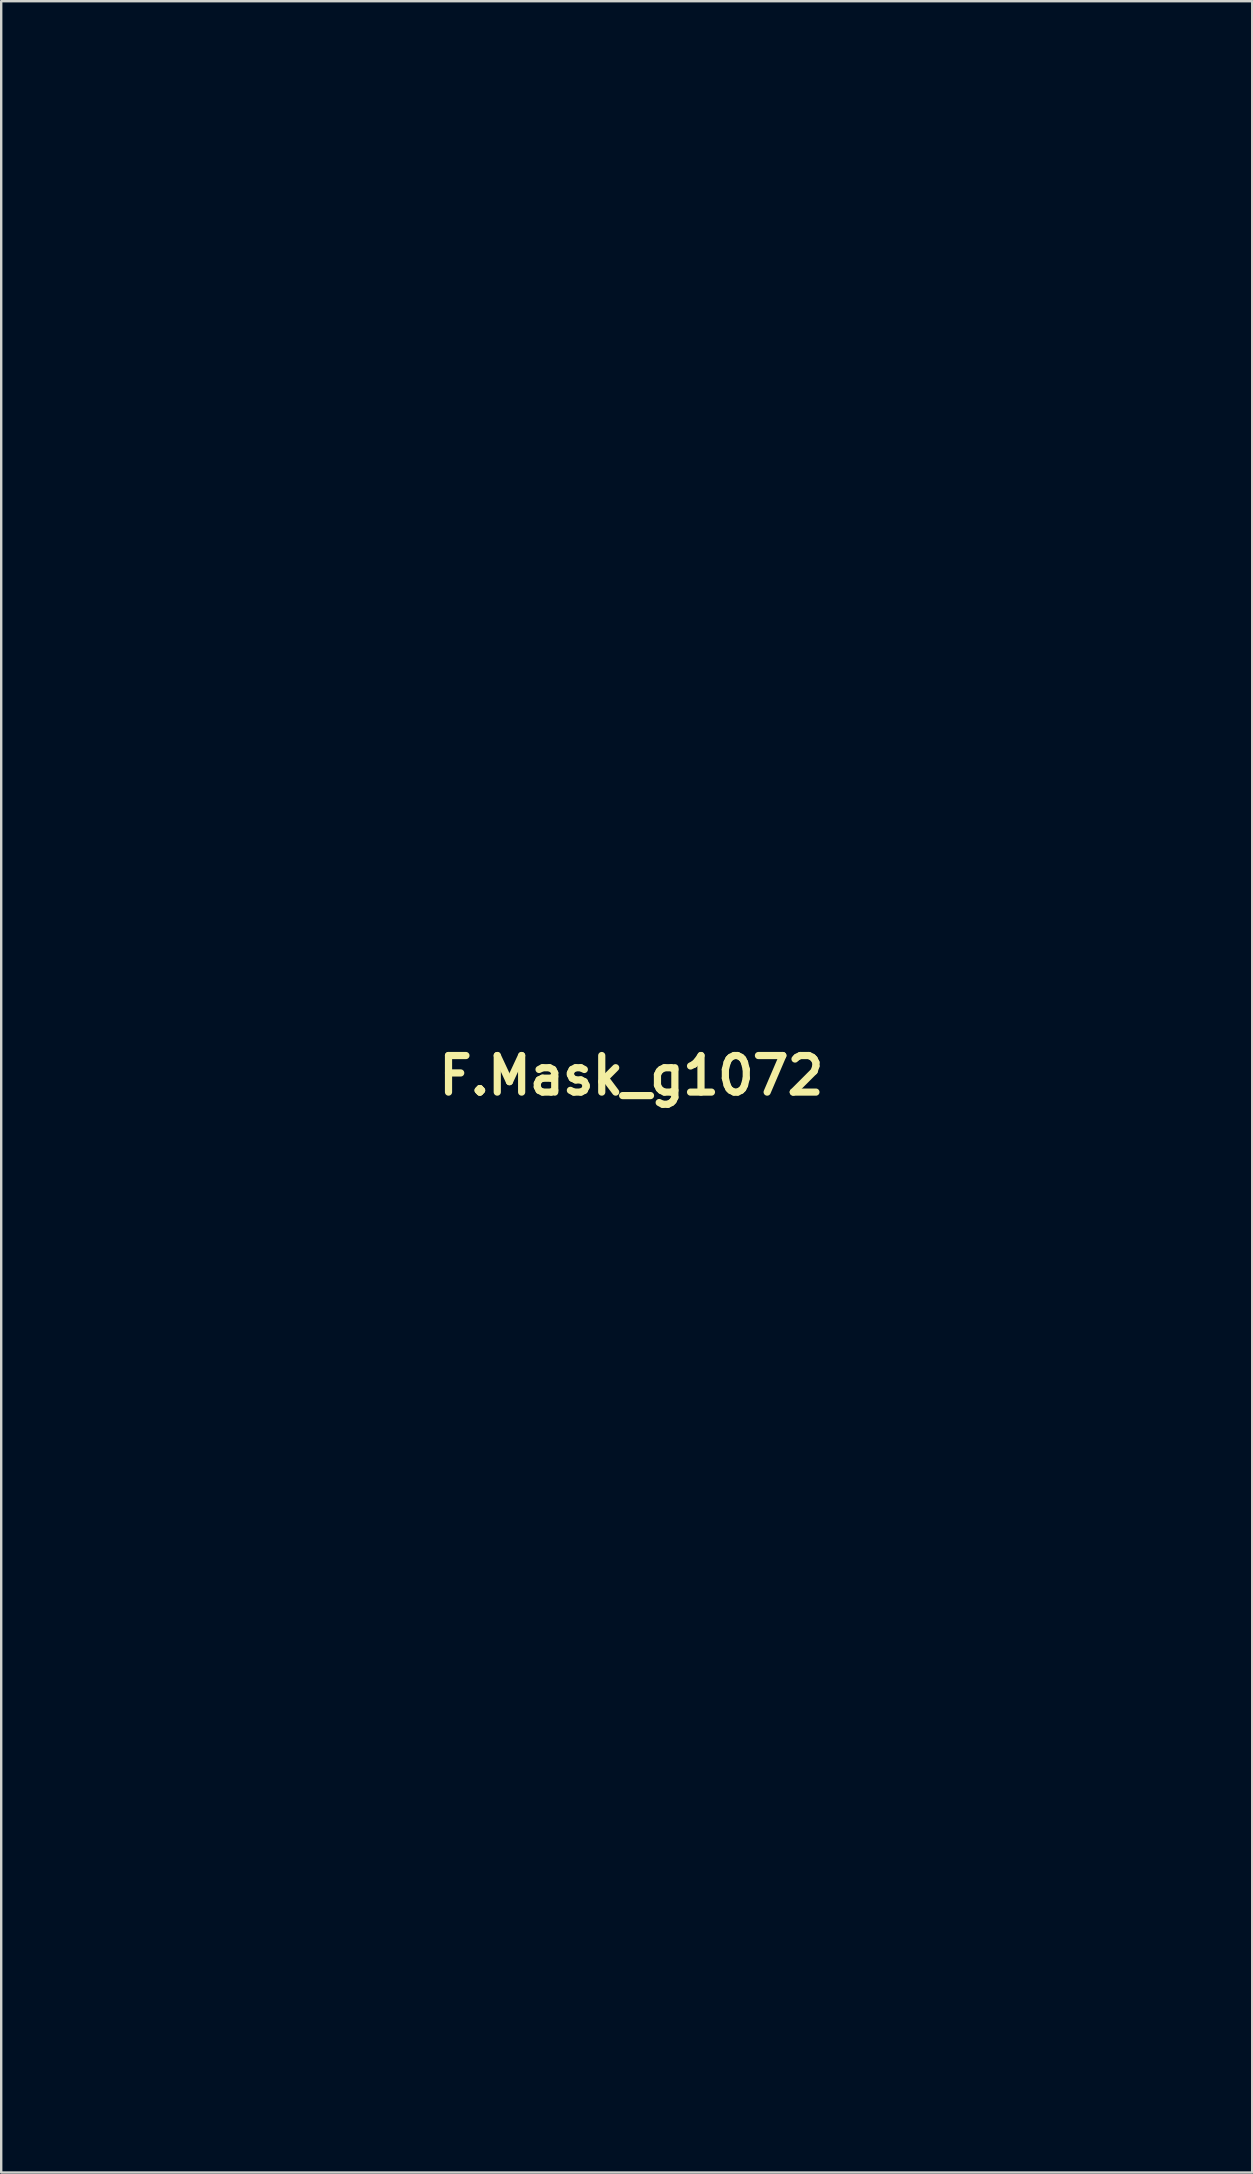
<source format=kicad_pcb>
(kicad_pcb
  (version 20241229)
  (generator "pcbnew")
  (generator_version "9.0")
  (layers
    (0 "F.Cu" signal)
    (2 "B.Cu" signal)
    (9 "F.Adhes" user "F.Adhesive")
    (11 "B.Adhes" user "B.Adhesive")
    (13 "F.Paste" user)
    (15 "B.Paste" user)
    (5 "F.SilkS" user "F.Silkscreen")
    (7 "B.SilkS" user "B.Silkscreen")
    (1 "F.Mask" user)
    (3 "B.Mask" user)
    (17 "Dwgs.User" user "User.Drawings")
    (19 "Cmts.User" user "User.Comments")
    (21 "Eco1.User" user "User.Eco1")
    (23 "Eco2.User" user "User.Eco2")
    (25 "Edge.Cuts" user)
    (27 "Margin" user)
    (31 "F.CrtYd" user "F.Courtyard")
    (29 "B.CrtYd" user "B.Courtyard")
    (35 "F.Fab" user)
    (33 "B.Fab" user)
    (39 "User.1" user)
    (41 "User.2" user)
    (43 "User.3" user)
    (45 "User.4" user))
  (footprint "F.Mask_g1072"
    (layer "F.Cu")
    (at 23.263 41.777)
    (property "Reference" "F.Mask_g1072" (at 0 0 0) (layer "F.SilkS") (effects (font (size 1.524 1.524) (thickness 0.3))))
    (attr through_hole)
    (fp_poly (pts (xy -19.219 -30.692) (xy -21.061 -30.692) (xy -21.061 -31.178) (xy -19.219 -31.178) (xy -19.219 -30.692)) (stroke (width 0.01) (type solid)) (fill yes) (layer "F.Mask"))
    (fp_poly (pts (xy -19.219 0.572) (xy -21.061 0.572) (xy -21.061 0.085) (xy -19.219 0.085) (xy -19.219 0.572)) (stroke (width 0.01) (type solid)) (fill yes) (layer "F.Mask"))
    (fp_poly (pts (xy -19.96 -5.948) (xy -20.147 -5.948) (xy -20.232 -5.949) (xy -20.301 -5.953) (xy -20.342 -5.959) (xy -20.348 -5.962) (xy -20.353 -5.987) (xy -20.356 -6.047) (xy -20.359 -6.136) (xy -20.361 -6.248) (xy -20.362 -6.375) (xy -20.362 -6.396) (xy -20.362 -6.816) (xy -19.96 -6.816) (xy -19.96 -5.948)) (stroke (width 0.01) (type solid)) (fill yes) (layer "F.Mask"))
    (fp_poly (pts (xy -19.219 -7.154) (xy -20.13 -7.154) (xy -20.358 -7.155) (xy -20.546 -7.155) (xy -20.699 -7.157) (xy -20.82 -7.159) (xy -20.911 -7.162) (xy -20.977 -7.165) (xy -21.02 -7.17) (xy -21.044 -7.176) (xy -21.052 -7.182) (xy -21.056 -7.214) (xy -21.058 -7.278) (xy -21.058 -7.364) (xy -21.056 -7.431) (xy -21.05 -7.652) (xy -20.135 -7.657) (xy -19.219 -7.663) (xy -19.219 -7.154)) (stroke (width 0.01) (type solid)) (fill yes) (layer "F.Mask"))
    (fp_poly (pts (xy -20.699 2.684) (xy -20.677 2.692) (xy -20.614 2.744) (xy -20.573 2.82) (xy -20.555 2.912) (xy -20.558 3.008) (xy -20.583 3.099) (xy -20.63 3.172) (xy -20.681 3.212) (xy -20.747 3.23) (xy -20.831 3.236) (xy -20.912 3.228) (xy -20.944 3.218) (xy -21.011 3.175) (xy -21.054 3.106) (xy -21.075 3.007) (xy -21.078 2.978) (xy -21.077 2.866) (xy -21.059 2.787) (xy -21.02 2.731) (xy -20.974 2.701) (xy -20.888 2.675) (xy -20.789 2.669) (xy -20.699 2.684)) (stroke (width 0.01) (type solid)) (fill yes) (layer "F.Mask"))
    (fp_poly (pts (xy -12.626 -37.454) (xy -13.029 -37.449) (xy -13.156 -37.448) (xy -13.268 -37.448) (xy -13.358 -37.45) (xy -13.42 -37.453) (xy -13.447 -37.457) (xy -13.447 -37.458) (xy -13.451 -37.481) (xy -13.454 -37.543) (xy -13.456 -37.637) (xy -13.458 -37.761) (xy -13.46 -37.908) (xy -13.461 -38.075) (xy -13.462 -38.257) (xy -13.462 -38.326) (xy -13.462 -39.179) (xy -14.647 -39.179) (xy -14.647 -37.592) (xy -15.494 -37.592) (xy -15.494 -39.179) (xy -17.378 -39.179) (xy -17.378 -40.174) (xy -12.615 -40.174) (xy -12.626 -37.454)) (stroke (width 0.01) (type solid)) (fill yes) (layer "F.Mask"))
    (fp_poly (pts (xy -18.684 -7.672) (xy -18.62 -7.648) (xy -18.575 -7.603) (xy -18.56 -7.578) (xy -18.527 -7.481) (xy -18.52 -7.378) (xy -18.54 -7.282) (xy -18.576 -7.219) (xy -18.612 -7.182) (xy -18.649 -7.162) (xy -18.702 -7.155) (xy -18.753 -7.154) (xy -18.828 -7.157) (xy -18.878 -7.17) (xy -18.918 -7.198) (xy -18.931 -7.21) (xy -18.968 -7.257) (xy -18.986 -7.299) (xy -18.986 -7.304) (xy -18.997 -7.343) (xy -19.008 -7.355) (xy -19.024 -7.385) (xy -19.029 -7.419) (xy -19.021 -7.463) (xy -19.008 -7.482) (xy -18.99 -7.512) (xy -18.986 -7.535) (xy -18.968 -7.584) (xy -18.92 -7.631) (xy -18.855 -7.666) (xy -18.787 -7.681) (xy -18.779 -7.681) (xy -18.684 -7.672)) (stroke (width 0.01) (type solid)) (fill yes) (layer "F.Mask"))
    (fp_poly (pts (xy -18.695 -31.213) (xy -18.68 -31.2) (xy -18.649 -31.181) (xy -18.631 -31.178) (xy -18.594 -31.158) (xy -18.561 -31.107) (xy -18.535 -31.035) (xy -18.522 -30.952) (xy -18.521 -30.925) (xy -18.528 -30.846) (xy -18.553 -30.786) (xy -18.576 -30.757) (xy -18.612 -30.719) (xy -18.648 -30.7) (xy -18.7 -30.694) (xy -18.75 -30.694) (xy -18.822 -30.697) (xy -18.88 -30.702) (xy -18.902 -30.705) (xy -18.931 -30.73) (xy -18.96 -30.777) (xy -18.962 -30.782) (xy -18.987 -30.84) (xy -19.009 -30.886) (xy -19.009 -30.887) (xy -19.028 -30.954) (xy -19.009 -31.026) (xy -19.004 -31.036) (xy -18.979 -31.086) (xy -18.965 -31.114) (xy -18.931 -31.154) (xy -18.874 -31.187) (xy -18.807 -31.211) (xy -18.743 -31.221) (xy -18.695 -31.213)) (stroke (width 0.01) (type solid)) (fill yes) (layer "F.Mask"))
    (fp_poly (pts (xy -18.695 0.05) (xy -18.68 0.064) (xy -18.649 0.082) (xy -18.631 0.085) (xy -18.594 0.105) (xy -18.561 0.156) (xy -18.535 0.229) (xy -18.522 0.311) (xy -18.521 0.338) (xy -18.528 0.417) (xy -18.553 0.477) (xy -18.576 0.506) (xy -18.612 0.544) (xy -18.648 0.563) (xy -18.7 0.569) (xy -18.75 0.569) (xy -18.822 0.566) (xy -18.88 0.561) (xy -18.902 0.558) (xy -18.931 0.534) (xy -18.96 0.486) (xy -18.962 0.481) (xy -18.987 0.423) (xy -19.009 0.377) (xy -19.009 0.376) (xy -19.028 0.309) (xy -19.009 0.237) (xy -19.004 0.227) (xy -18.979 0.177) (xy -18.965 0.149) (xy -18.931 0.109) (xy -18.874 0.076) (xy -18.807 0.052) (xy -18.743 0.043) (xy -18.695 0.05)) (stroke (width 0.01) (type solid)) (fill yes) (layer "F.Mask"))
    (fp_poly (pts (xy -20.746 -24.784) (xy -20.697 -24.777) (xy -20.68 -24.767) (xy -20.662 -24.748) (xy -20.637 -24.738) (xy -20.603 -24.715) (xy -20.595 -24.693) (xy -20.584 -24.663) (xy -20.574 -24.659) (xy -20.563 -24.64) (xy -20.555 -24.589) (xy -20.553 -24.529) (xy -20.556 -24.446) (xy -20.57 -24.388) (xy -20.599 -24.338) (xy -20.607 -24.328) (xy -20.647 -24.284) (xy -20.683 -24.259) (xy -20.691 -24.257) (xy -20.719 -24.245) (xy -20.722 -24.236) (xy -20.741 -24.223) (xy -20.789 -24.216) (xy -20.817 -24.215) (xy -20.879 -24.219) (xy -20.927 -24.239) (xy -20.981 -24.282) (xy -20.996 -24.296) (xy -21.042 -24.342) (xy -21.068 -24.379) (xy -21.079 -24.423) (xy -21.082 -24.489) (xy -21.082 -24.52) (xy -21.08 -24.599) (xy -21.073 -24.649) (xy -21.054 -24.685) (xy -21.02 -24.721) (xy -21.016 -24.725) (xy -20.974 -24.759) (xy -20.933 -24.778) (xy -20.875 -24.785) (xy -20.815 -24.786) (xy -20.746 -24.784)) (stroke (width 0.01) (type solid)) (fill yes) (layer "F.Mask"))
    (fp_poly (pts (xy 12.007 42.038) (xy 12.139 42.04) (xy 12.238 42.045) (xy 12.309 42.053) (xy 12.356 42.065) (xy 12.384 42.082) (xy 12.399 42.105) (xy 12.403 42.135) (xy 12.404 42.15) (xy 12.411 42.192) (xy 12.425 42.206) (xy 12.435 42.226) (xy 12.442 42.281) (xy 12.446 42.363) (xy 12.446 42.385) (xy 12.444 42.468) (xy 12.437 42.534) (xy 12.428 42.572) (xy 12.425 42.577) (xy 12.41 42.605) (xy 12.404 42.652) (xy 12.404 42.714) (xy 11.854 42.714) (xy 11.824 42.646) (xy 11.794 42.595) (xy 11.743 42.531) (xy 11.686 42.472) (xy 11.633 42.417) (xy 11.594 42.371) (xy 11.578 42.344) (xy 11.578 42.343) (xy 11.564 42.314) (xy 11.529 42.274) (xy 11.525 42.27) (xy 11.489 42.228) (xy 11.472 42.194) (xy 11.472 42.192) (xy 11.455 42.167) (xy 11.441 42.164) (xy 11.412 42.148) (xy 11.409 42.135) (xy 11.392 42.102) (xy 11.377 42.093) (xy 11.349 42.07) (xy 11.345 42.059) (xy 11.366 42.051) (xy 11.429 42.045) (xy 11.533 42.041) (xy 11.678 42.038) (xy 11.837 42.038) (xy 12.007 42.038)) (stroke (width 0.01) (type solid)) (fill yes) (layer "F.Mask"))
    (fp_poly (pts (xy -19.219 -1.282) (xy -19.222 -1.181) (xy -19.234 -1.116) (xy -19.258 -1.079) (xy -19.3 -1.062) (xy -19.354 -1.058) (xy -19.4 -1.051) (xy -19.42 -1.037) (xy -19.449 -1.022) (xy -19.498 -1.016) (xy -19.541 -1.013) (xy -19.548 -1) (xy -19.537 -0.984) (xy -19.503 -0.957) (xy -19.486 -0.953) (xy -19.445 -0.935) (xy -19.394 -0.888) (xy -19.339 -0.822) (xy -19.288 -0.747) (xy -19.247 -0.671) (xy -19.223 -0.606) (xy -19.219 -0.579) (xy -19.211 -0.536) (xy -19.198 -0.519) (xy -19.184 -0.49) (xy -19.177 -0.439) (xy -19.177 -0.433) (xy -19.182 -0.384) (xy -19.196 -0.36) (xy -19.198 -0.36) (xy -19.217 -0.343) (xy -19.219 -0.328) (xy -19.227 -0.312) (xy -19.255 -0.303) (xy -19.311 -0.299) (xy -19.383 -0.3) (xy -19.473 -0.302) (xy -19.555 -0.307) (xy -19.613 -0.311) (xy -19.616 -0.312) (xy -19.669 -0.325) (xy -19.685 -0.347) (xy -19.664 -0.37) (xy -19.65 -0.398) (xy -19.643 -0.451) (xy -19.643 -0.467) (xy -19.647 -0.519) (xy -19.659 -0.548) (xy -19.664 -0.55) (xy -19.679 -0.569) (xy -19.685 -0.613) (xy -19.691 -0.661) (xy -19.705 -0.687) (xy -19.723 -0.715) (xy -19.737 -0.757) (xy -19.766 -0.81) (xy -19.824 -0.867) (xy -19.839 -0.878) (xy -19.928 -0.942) (xy -21.05 -0.963) (xy -21.05 -1.45) (xy -20.135 -1.455) (xy -19.219 -1.461) (xy -19.219 -1.282)) (stroke (width 0.01) (type solid)) (fill yes) (layer "F.Mask"))
    (fp_poly (pts (xy -19.357 -40.11) (xy -19.309 -40.005) (xy -19.283 -39.943) (xy -19.265 -39.895) (xy -19.262 -39.879) (xy -19.242 -39.867) (xy -19.187 -39.859) (xy -19.115 -39.857) (xy -19.04 -39.854) (xy -18.982 -39.847) (xy -18.955 -39.836) (xy -18.955 -39.836) (xy -18.926 -39.819) (xy -18.891 -39.815) (xy -18.827 -39.801) (xy -18.75 -39.767) (xy -18.678 -39.721) (xy -18.635 -39.682) (xy -18.577 -39.601) (xy -18.544 -39.517) (xy -18.528 -39.415) (xy -18.518 -39.339) (xy -18.504 -39.275) (xy -18.494 -39.248) (xy -18.483 -39.19) (xy -18.495 -39.153) (xy -18.508 -39.108) (xy -18.52 -39.036) (xy -18.527 -38.962) (xy -18.539 -38.86) (xy -18.56 -38.796) (xy -18.592 -38.765) (xy -18.64 -38.762) (xy -18.669 -38.77) (xy -18.715 -38.787) (xy -18.743 -38.797) (xy -18.795 -38.816) (xy -18.849 -38.833) (xy -18.888 -38.849) (xy -18.908 -38.876) (xy -18.917 -38.926) (xy -18.919 -38.952) (xy -18.919 -39.016) (xy -18.909 -39.049) (xy -18.903 -39.053) (xy -18.885 -39.07) (xy -18.882 -39.115) (xy -18.891 -39.174) (xy -18.912 -39.235) (xy -18.915 -39.241) (xy -18.962 -39.303) (xy -19.031 -39.337) (xy -19.13 -39.349) (xy -19.136 -39.349) (xy -19.219 -39.349) (xy -19.219 -38.925) (xy -19.622 -38.925) (xy -19.622 -39.348) (xy -20.336 -39.354) (xy -21.05 -39.359) (xy -21.05 -39.846) (xy -20.336 -39.852) (xy -19.622 -39.857) (xy -19.622 -40.111) (xy -19.357 -40.11)) (stroke (width 0.01) (type solid)) (fill yes) (layer "F.Mask"))
    (fp_poly (pts (xy -19.219 -17.309) (xy -19.22 -17.223) (xy -19.224 -17.169) (xy -19.234 -17.139) (xy -19.253 -17.121) (xy -19.278 -17.108) (xy -19.337 -17.089) (xy -19.411 -17.072) (xy -19.437 -17.068) (xy -19.495 -17.059) (xy -19.531 -17.049) (xy -19.537 -17.045) (xy -19.522 -17.028) (xy -19.484 -16.989) (xy -19.43 -16.938) (xy -19.419 -16.929) (xy -19.33 -16.835) (xy -19.264 -16.739) (xy -19.226 -16.65) (xy -19.219 -16.603) (xy -19.211 -16.559) (xy -19.198 -16.542) (xy -19.18 -16.508) (xy -19.181 -16.451) (xy -19.2 -16.384) (xy -19.203 -16.377) (xy -19.219 -16.348) (xy -19.24 -16.331) (xy -19.277 -16.323) (xy -19.339 -16.32) (xy -19.394 -16.32) (xy -19.476 -16.322) (xy -19.533 -16.329) (xy -19.558 -16.339) (xy -19.558 -16.341) (xy -19.576 -16.355) (xy -19.621 -16.362) (xy -19.626 -16.362) (xy -19.669 -16.365) (xy -19.676 -16.377) (xy -19.668 -16.387) (xy -19.651 -16.424) (xy -19.644 -16.48) (xy -19.646 -16.537) (xy -19.657 -16.577) (xy -19.664 -16.584) (xy -19.681 -16.613) (xy -19.685 -16.646) (xy -19.697 -16.702) (xy -19.727 -16.772) (xy -19.767 -16.84) (xy -19.808 -16.889) (xy -19.823 -16.9) (xy -19.872 -16.929) (xy -19.921 -16.96) (xy -19.942 -16.971) (xy -19.971 -16.98) (xy -20.012 -16.987) (xy -20.07 -16.991) (xy -20.152 -16.994) (xy -20.262 -16.996) (xy -20.406 -16.997) (xy -20.519 -16.997) (xy -21.061 -16.997) (xy -21.061 -17.484) (xy -19.219 -17.484) (xy -19.219 -17.309)) (stroke (width 0.01) (type solid)) (fill yes) (layer "F.Mask"))
    (fp_poly (pts (xy -19.219 -38.25) (xy -19.299 -38.237) (xy -19.361 -38.224) (xy -19.411 -38.207) (xy -19.415 -38.205) (xy -19.465 -38.189) (xy -19.507 -38.185) (xy -19.545 -38.181) (xy -19.546 -38.166) (xy -19.537 -38.153) (xy -19.505 -38.126) (xy -19.49 -38.121) (xy -19.46 -38.106) (xy -19.414 -38.066) (xy -19.363 -38.012) (xy -19.316 -37.955) (xy -19.282 -37.905) (xy -19.271 -37.881) (xy -19.255 -37.84) (xy -19.238 -37.825) (xy -19.225 -37.806) (xy -19.219 -37.763) (xy -19.213 -37.714) (xy -19.198 -37.687) (xy -19.181 -37.655) (xy -19.179 -37.599) (xy -19.191 -37.538) (xy -19.211 -37.496) (xy -19.234 -37.468) (xy -19.263 -37.452) (xy -19.312 -37.445) (xy -19.39 -37.444) (xy -19.464 -37.447) (xy -19.521 -37.454) (xy -19.547 -37.465) (xy -19.547 -37.465) (xy -19.576 -37.48) (xy -19.626 -37.486) (xy -19.627 -37.486) (xy -19.67 -37.49) (xy -19.676 -37.502) (xy -19.668 -37.512) (xy -19.651 -37.548) (xy -19.644 -37.604) (xy -19.646 -37.661) (xy -19.657 -37.702) (xy -19.664 -37.708) (xy -19.681 -37.738) (xy -19.685 -37.769) (xy -19.696 -37.821) (xy -19.724 -37.891) (xy -19.761 -37.961) (xy -19.793 -38.007) (xy -19.828 -38.036) (xy -19.884 -38.07) (xy -19.904 -38.08) (xy -19.934 -38.093) (xy -19.967 -38.103) (xy -20.01 -38.11) (xy -20.067 -38.115) (xy -20.146 -38.118) (xy -20.25 -38.12) (xy -20.387 -38.121) (xy -20.525 -38.121) (xy -21.061 -38.121) (xy -21.061 -38.608) (xy -19.219 -38.608) (xy -19.219 -38.25)) (stroke (width 0.01) (type solid)) (fill yes) (layer "F.Mask"))
    (fp_poly (pts (xy -19.219 -9.007) (xy -19.221 -8.917) (xy -19.226 -8.862) (xy -19.235 -8.834) (xy -19.251 -8.826) (xy -19.279 -8.816) (xy -19.283 -8.807) (xy -19.302 -8.795) (xy -19.352 -8.782) (xy -19.41 -8.774) (xy -19.479 -8.763) (xy -19.53 -8.75) (xy -19.549 -8.74) (xy -19.546 -8.722) (xy -19.54 -8.721) (xy -19.516 -8.707) (xy -19.47 -8.673) (xy -19.413 -8.624) (xy -19.411 -8.623) (xy -19.327 -8.534) (xy -19.264 -8.441) (xy -19.227 -8.354) (xy -19.219 -8.305) (xy -19.211 -8.262) (xy -19.198 -8.244) (xy -19.18 -8.211) (xy -19.181 -8.153) (xy -19.2 -8.087) (xy -19.203 -8.079) (xy -19.219 -8.051) (xy -19.24 -8.034) (xy -19.277 -8.025) (xy -19.339 -8.023) (xy -19.394 -8.022) (xy -19.476 -8.025) (xy -19.533 -8.032) (xy -19.558 -8.042) (xy -19.558 -8.043) (xy -19.576 -8.058) (xy -19.621 -8.064) (xy -19.626 -8.065) (xy -19.669 -8.068) (xy -19.676 -8.08) (xy -19.668 -8.09) (xy -19.651 -8.127) (xy -19.644 -8.183) (xy -19.646 -8.24) (xy -19.657 -8.28) (xy -19.664 -8.287) (xy -19.679 -8.315) (xy -19.685 -8.362) (xy -19.691 -8.406) (xy -19.704 -8.424) (xy -19.722 -8.443) (xy -19.737 -8.486) (xy -19.759 -8.541) (xy -19.787 -8.576) (xy -19.822 -8.603) (xy -19.855 -8.624) (xy -19.892 -8.64) (xy -19.938 -8.652) (xy -19.999 -8.661) (xy -20.08 -8.667) (xy -20.187 -8.672) (xy -20.326 -8.675) (xy -20.489 -8.678) (xy -21.05 -8.689) (xy -21.05 -9.176) (xy -20.135 -9.181) (xy -19.219 -9.187) (xy -19.219 -9.007)) (stroke (width 0.01) (type solid)) (fill yes) (layer "F.Mask"))
    (fp_poly (pts (xy -19.219 5.958) (xy -19.221 6.048) (xy -19.226 6.103) (xy -19.235 6.131) (xy -19.251 6.138) (xy -19.279 6.149) (xy -19.283 6.157) (xy -19.302 6.17) (xy -19.352 6.182) (xy -19.41 6.191) (xy -19.479 6.202) (xy -19.53 6.215) (xy -19.549 6.225) (xy -19.546 6.243) (xy -19.54 6.244) (xy -19.516 6.257) (xy -19.47 6.292) (xy -19.413 6.341) (xy -19.411 6.342) (xy -19.327 6.431) (xy -19.264 6.523) (xy -19.227 6.611) (xy -19.219 6.66) (xy -19.211 6.703) (xy -19.198 6.72) (xy -19.18 6.754) (xy -19.181 6.811) (xy -19.2 6.878) (xy -19.203 6.885) (xy -19.219 6.914) (xy -19.24 6.931) (xy -19.277 6.939) (xy -19.339 6.942) (xy -19.394 6.943) (xy -19.476 6.94) (xy -19.533 6.933) (xy -19.558 6.923) (xy -19.558 6.921) (xy -19.576 6.907) (xy -19.621 6.9) (xy -19.626 6.9) (xy -19.669 6.897) (xy -19.676 6.885) (xy -19.668 6.875) (xy -19.651 6.838) (xy -19.644 6.782) (xy -19.646 6.725) (xy -19.657 6.685) (xy -19.664 6.678) (xy -19.679 6.649) (xy -19.685 6.603) (xy -19.691 6.559) (xy -19.704 6.54) (xy -19.722 6.522) (xy -19.737 6.479) (xy -19.759 6.424) (xy -19.787 6.389) (xy -19.822 6.362) (xy -19.855 6.341) (xy -19.892 6.325) (xy -19.938 6.313) (xy -19.999 6.304) (xy -20.08 6.298) (xy -20.187 6.293) (xy -20.326 6.29) (xy -20.489 6.287) (xy -21.05 6.276) (xy -21.05 5.789) (xy -20.135 5.784) (xy -19.219 5.778) (xy -19.219 5.958)) (stroke (width 0.01) (type solid)) (fill yes) (layer "F.Mask"))
    (fp_poly (pts (xy -19.224 -34.899) (xy -19.218 -34.715) (xy -19.277 -34.701) (xy -19.354 -34.679) (xy -19.415 -34.653) (xy -19.449 -34.627) (xy -19.452 -34.618) (xy -19.435 -34.594) (xy -19.405 -34.575) (xy -19.367 -34.543) (xy -19.323 -34.482) (xy -19.28 -34.406) (xy -19.245 -34.327) (xy -19.224 -34.258) (xy -19.221 -34.233) (xy -19.214 -34.182) (xy -19.199 -34.153) (xy -19.198 -34.152) (xy -19.184 -34.124) (xy -19.177 -34.073) (xy -19.177 -34.068) (xy -19.183 -34.015) (xy -19.197 -33.984) (xy -19.198 -33.983) (xy -19.213 -33.955) (xy -19.219 -33.904) (xy -19.219 -33.898) (xy -19.224 -33.847) (xy -19.237 -33.816) (xy -19.238 -33.815) (xy -19.255 -33.788) (xy -19.269 -33.738) (xy -19.27 -33.734) (xy -19.301 -33.664) (xy -19.364 -33.588) (xy -19.373 -33.58) (xy -19.413 -33.542) (xy -19.448 -33.511) (xy -19.482 -33.487) (xy -19.519 -33.468) (xy -19.566 -33.454) (xy -19.625 -33.444) (xy -19.703 -33.437) (xy -19.804 -33.433) (xy -19.932 -33.43) (xy -20.092 -33.428) (xy -20.29 -33.426) (xy -20.315 -33.426) (xy -21.061 -33.419) (xy -21.061 -33.909) (xy -20.426 -33.909) (xy -20.267 -33.91) (xy -20.122 -33.911) (xy -19.998 -33.914) (xy -19.898 -33.917) (xy -19.828 -33.92) (xy -19.794 -33.925) (xy -19.791 -33.926) (xy -19.773 -33.944) (xy -19.729 -33.967) (xy -19.718 -33.972) (xy -19.658 -34.008) (xy -19.631 -34.06) (xy -19.631 -34.061) (xy -19.616 -34.104) (xy -19.599 -34.121) (xy -19.586 -34.139) (xy -19.58 -34.181) (xy -19.581 -34.23) (xy -19.59 -34.268) (xy -19.598 -34.278) (xy -19.614 -34.305) (xy -19.629 -34.355) (xy -19.63 -34.36) (xy -19.666 -34.444) (xy -19.733 -34.506) (xy -19.801 -34.533) (xy -19.863 -34.55) (xy -19.907 -34.567) (xy -19.939 -34.572) (xy -20.008 -34.578) (xy -20.106 -34.583) (xy -20.228 -34.587) (xy -20.368 -34.59) (xy -20.5 -34.592) (xy -21.05 -34.597) (xy -21.05 -35.084) (xy -19.23 -35.084) (xy -19.224 -34.899)) (stroke (width 0.01) (type solid)) (fill yes) (layer "F.Mask"))
    (fp_poly (pts (xy -19.219 -21.188) (xy -19.8 -21.188) (xy -19.953 -21.187) (xy -20.091 -21.185) (xy -20.21 -21.183) (xy -20.303 -21.179) (xy -20.366 -21.175) (xy -20.392 -21.17) (xy -20.392 -21.169) (xy -20.419 -21.155) (xy -20.47 -21.141) (xy -20.485 -21.138) (xy -20.562 -21.111) (xy -20.618 -21.07) (xy -20.644 -21.037) (xy -20.66 -21) (xy -20.667 -20.946) (xy -20.669 -20.865) (xy -20.669 -20.849) (xy -20.668 -20.763) (xy -20.662 -20.708) (xy -20.648 -20.669) (xy -20.623 -20.635) (xy -20.607 -20.618) (xy -20.557 -20.577) (xy -20.509 -20.554) (xy -20.498 -20.553) (xy -20.457 -20.542) (xy -20.442 -20.526) (xy -20.429 -20.518) (xy -20.393 -20.511) (xy -20.332 -20.506) (xy -20.241 -20.501) (xy -20.117 -20.498) (xy -19.956 -20.495) (xy -19.826 -20.493) (xy -19.219 -20.486) (xy -19.219 -19.981) (xy -20.126 -19.981) (xy -20.318 -19.982) (xy -20.497 -19.983) (xy -20.658 -19.984) (xy -20.797 -19.986) (xy -20.909 -19.988) (xy -20.991 -19.991) (xy -21.038 -19.994) (xy -21.047 -19.995) (xy -21.053 -20.022) (xy -21.058 -20.08) (xy -21.061 -20.159) (xy -21.061 -20.197) (xy -21.06 -20.286) (xy -21.057 -20.341) (xy -21.05 -20.37) (xy -21.035 -20.381) (xy -21.011 -20.383) (xy -21.009 -20.384) (xy -20.964 -20.391) (xy -20.944 -20.405) (xy -20.915 -20.421) (xy -20.88 -20.426) (xy -20.838 -20.437) (xy -20.828 -20.458) (xy -20.843 -20.486) (xy -20.855 -20.489) (xy -20.894 -20.509) (xy -20.943 -20.567) (xy -21.001 -20.661) (xy -21.034 -20.722) (xy -21.051 -20.766) (xy -21.063 -20.822) (xy -21.069 -20.9) (xy -21.071 -21.008) (xy -21.071 -21.046) (xy -21.07 -21.149) (xy -21.065 -21.233) (xy -21.058 -21.29) (xy -21.05 -21.31) (xy -21.027 -21.339) (xy -20.999 -21.387) (xy -20.998 -21.389) (xy -20.937 -21.488) (xy -20.869 -21.546) (xy -20.86 -21.55) (xy -20.809 -21.574) (xy -20.786 -21.587) (xy -20.742 -21.611) (xy -20.707 -21.629) (xy -20.675 -21.637) (xy -20.611 -21.643) (xy -20.512 -21.647) (xy -20.376 -21.651) (xy -20.203 -21.653) (xy -19.989 -21.653) (xy -19.939 -21.654) (xy -19.219 -21.654) (xy -19.219 -21.188)) (stroke (width 0.01) (type solid)) (fill yes) (layer "F.Mask"))
    (fp_poly (pts (xy -15.584 -9.858) (xy -13.79 -9.853) (xy -13.784 -9.498) (xy -13.783 -9.357) (xy -13.784 -9.254) (xy -13.788 -9.183) (xy -13.795 -9.138) (xy -13.805 -9.115) (xy -13.806 -9.114) (xy -13.841 -9.098) (xy -13.903 -9.082) (xy -13.976 -9.071) (xy -14.047 -9.061) (xy -14.098 -9.05) (xy -14.118 -9.04) (xy -14.118 -9.039) (xy -14.137 -9.028) (xy -14.187 -9.015) (xy -14.25 -9.004) (xy -14.325 -8.991) (xy -14.366 -8.977) (xy -14.385 -8.956) (xy -14.389 -8.94) (xy -14.379 -8.897) (xy -14.357 -8.882) (xy -14.271 -8.836) (xy -14.174 -8.764) (xy -14.078 -8.674) (xy -13.991 -8.577) (xy -13.925 -8.482) (xy -13.894 -8.419) (xy -13.874 -8.388) (xy -13.862 -8.382) (xy -13.844 -8.365) (xy -13.843 -8.356) (xy -13.834 -8.319) (xy -13.811 -8.269) (xy -13.81 -8.267) (xy -13.786 -8.204) (xy -13.767 -8.128) (xy -13.765 -8.113) (xy -13.754 -8.058) (xy -13.74 -8.026) (xy -13.734 -8.022) (xy -13.726 -8.003) (xy -13.72 -7.952) (xy -13.717 -7.88) (xy -13.716 -7.799) (xy -13.718 -7.718) (xy -13.723 -7.648) (xy -13.73 -7.601) (xy -13.735 -7.587) (xy -13.757 -7.549) (xy -13.762 -7.535) (xy -13.772 -7.521) (xy -13.8 -7.512) (xy -13.853 -7.508) (xy -13.938 -7.509) (xy -13.98 -7.51) (xy -14.072 -7.514) (xy -14.148 -7.521) (xy -14.198 -7.53) (xy -14.212 -7.536) (xy -14.241 -7.545) (xy -14.302 -7.552) (xy -14.383 -7.556) (xy -14.425 -7.556) (xy -14.546 -7.56) (xy -14.625 -7.572) (xy -14.657 -7.585) (xy -14.681 -7.612) (xy -14.672 -7.629) (xy -14.662 -7.655) (xy -14.654 -7.712) (xy -14.649 -7.79) (xy -14.647 -7.879) (xy -14.648 -7.966) (xy -14.651 -8.042) (xy -14.657 -8.096) (xy -14.666 -8.116) (xy -14.679 -8.142) (xy -14.693 -8.194) (xy -14.696 -8.217) (xy -14.722 -8.316) (xy -14.768 -8.423) (xy -14.83 -8.528) (xy -14.899 -8.621) (xy -14.969 -8.692) (xy -15.018 -8.723) (xy -15.079 -8.754) (xy -15.131 -8.788) (xy -15.157 -8.811) (xy -15.183 -8.821) (xy -15.238 -8.832) (xy -15.31 -8.841) (xy -15.381 -8.85) (xy -15.432 -8.861) (xy -15.452 -8.872) (xy -15.452 -8.872) (xy -15.472 -8.876) (xy -15.531 -8.879) (xy -15.623 -8.882) (xy -15.746 -8.885) (xy -15.893 -8.887) (xy -16.062 -8.889) (xy -16.249 -8.89) (xy -16.415 -8.89) (xy -17.378 -8.89) (xy -17.378 -9.864) (xy -15.584 -9.858)) (stroke (width 0.01) (type solid)) (fill yes) (layer "F.Mask"))
    (fp_poly (pts (xy -13.78 -36.225) (xy -13.781 -36.082) (xy -13.784 -35.977) (xy -13.79 -35.905) (xy -13.798 -35.863) (xy -13.807 -35.847) (xy -13.841 -35.831) (xy -13.903 -35.816) (xy -13.976 -35.805) (xy -14.047 -35.794) (xy -14.098 -35.782) (xy -14.118 -35.77) (xy -14.118 -35.77) (xy -14.137 -35.756) (xy -14.18 -35.751) (xy -14.229 -35.744) (xy -14.256 -35.729) (xy -14.284 -35.714) (xy -14.331 -35.708) (xy -14.378 -35.701) (xy -14.393 -35.675) (xy -14.393 -35.668) (xy -14.376 -35.629) (xy -14.356 -35.616) (xy -14.308 -35.594) (xy -14.279 -35.576) (xy -14.24 -35.545) (xy -14.183 -35.493) (xy -14.117 -35.428) (xy -14.049 -35.36) (xy -13.99 -35.298) (xy -13.947 -35.25) (xy -13.934 -35.231) (xy -13.875 -35.127) (xy -13.824 -35.02) (xy -13.785 -34.923) (xy -13.765 -34.848) (xy -13.765 -34.845) (xy -13.753 -34.787) (xy -13.739 -34.749) (xy -13.734 -34.743) (xy -13.726 -34.718) (xy -13.72 -34.662) (xy -13.717 -34.586) (xy -13.717 -34.503) (xy -13.719 -34.424) (xy -13.725 -34.361) (xy -13.733 -34.324) (xy -13.735 -34.321) (xy -13.757 -34.282) (xy -13.762 -34.269) (xy -13.772 -34.254) (xy -13.8 -34.245) (xy -13.853 -34.242) (xy -13.938 -34.242) (xy -13.98 -34.243) (xy -14.072 -34.248) (xy -14.148 -34.255) (xy -14.198 -34.264) (xy -14.212 -34.27) (xy -14.241 -34.279) (xy -14.302 -34.286) (xy -14.383 -34.29) (xy -14.425 -34.29) (xy -14.536 -34.293) (xy -14.611 -34.302) (xy -14.655 -34.318) (xy -14.659 -34.321) (xy -14.681 -34.344) (xy -14.674 -34.353) (xy -14.664 -34.373) (xy -14.655 -34.425) (xy -14.65 -34.499) (xy -14.647 -34.585) (xy -14.646 -34.672) (xy -14.649 -34.752) (xy -14.654 -34.814) (xy -14.663 -34.847) (xy -14.666 -34.849) (xy -14.679 -34.875) (xy -14.692 -34.928) (xy -14.697 -34.956) (xy -14.716 -35.042) (xy -14.745 -35.115) (xy -14.777 -35.158) (xy -14.792 -35.184) (xy -14.806 -35.221) (xy -14.837 -35.275) (xy -14.893 -35.341) (xy -14.965 -35.409) (xy -15.041 -35.469) (xy -15.112 -35.51) (xy -15.113 -35.511) (xy -15.148 -35.534) (xy -15.157 -35.543) (xy -15.183 -35.554) (xy -15.238 -35.565) (xy -15.31 -35.574) (xy -15.381 -35.583) (xy -15.432 -35.594) (xy -15.452 -35.605) (xy -15.452 -35.605) (xy -15.472 -35.609) (xy -15.531 -35.613) (xy -15.623 -35.616) (xy -15.746 -35.618) (xy -15.893 -35.621) (xy -16.062 -35.622) (xy -16.249 -35.623) (xy -16.415 -35.623) (xy -17.378 -35.623) (xy -17.378 -36.576) (xy -13.78 -36.576) (xy -13.78 -36.225)) (stroke (width 0.01) (type solid)) (fill yes) (layer "F.Mask"))
    (fp_poly (pts (xy -20.038 -32.967) (xy -19.924 -32.964) (xy -19.838 -32.96) (xy -19.772 -32.951) (xy -19.721 -32.939) (xy -19.676 -32.92) (xy -19.629 -32.895) (xy -19.622 -32.89) (xy -19.575 -32.866) (xy -19.547 -32.853) (xy -19.489 -32.813) (xy -19.424 -32.748) (xy -19.361 -32.669) (xy -19.308 -32.586) (xy -19.272 -32.511) (xy -19.262 -32.462) (xy -19.25 -32.425) (xy -19.241 -32.417) (xy -19.228 -32.389) (xy -19.22 -32.336) (xy -19.219 -32.31) (xy -19.215 -32.253) (xy -19.204 -32.22) (xy -19.198 -32.216) (xy -19.186 -32.197) (xy -19.178 -32.148) (xy -19.177 -32.111) (xy -19.181 -32.048) (xy -19.191 -32.004) (xy -19.198 -31.993) (xy -19.211 -31.966) (xy -19.219 -31.912) (xy -19.219 -31.888) (xy -19.223 -31.829) (xy -19.233 -31.79) (xy -19.238 -31.783) (xy -19.254 -31.757) (xy -19.269 -31.705) (xy -19.272 -31.692) (xy -19.293 -31.613) (xy -19.324 -31.572) (xy -19.369 -31.564) (xy -19.41 -31.574) (xy -19.451 -31.59) (xy -19.506 -31.613) (xy -19.508 -31.614) (xy -19.562 -31.635) (xy -19.603 -31.644) (xy -19.605 -31.644) (xy -19.645 -31.658) (xy -19.66 -31.67) (xy -19.678 -31.704) (xy -19.684 -31.748) (xy -19.678 -31.783) (xy -19.665 -31.792) (xy -19.652 -31.812) (xy -19.639 -31.861) (xy -19.63 -31.92) (xy -19.62 -31.989) (xy -19.607 -32.04) (xy -19.598 -32.059) (xy -19.583 -32.088) (xy -19.58 -32.134) (xy -19.59 -32.175) (xy -19.595 -32.182) (xy -19.611 -32.212) (xy -19.629 -32.264) (xy -19.632 -32.274) (xy -19.676 -32.351) (xy -19.757 -32.414) (xy -19.812 -32.439) (xy -19.858 -32.46) (xy -19.881 -32.471) (xy -19.916 -32.48) (xy -19.98 -32.486) (xy -20.061 -32.49) (xy -20.15 -32.491) (xy -20.237 -32.489) (xy -20.311 -32.485) (xy -20.363 -32.479) (xy -20.383 -32.47) (xy -20.384 -32.47) (xy -20.402 -32.454) (xy -20.435 -32.449) (xy -20.497 -32.43) (xy -20.562 -32.382) (xy -20.621 -32.313) (xy -20.648 -32.265) (xy -20.674 -32.171) (xy -20.678 -32.055) (xy -20.661 -31.928) (xy -20.624 -31.803) (xy -20.596 -31.739) (xy -20.564 -31.673) (xy -20.541 -31.621) (xy -20.532 -31.597) (xy -20.551 -31.59) (xy -20.604 -31.584) (xy -20.681 -31.581) (xy -20.731 -31.581) (xy -20.825 -31.581) (xy -20.885 -31.584) (xy -20.923 -31.593) (xy -20.948 -31.609) (xy -20.97 -31.635) (xy -20.975 -31.642) (xy -21.004 -31.691) (xy -21.018 -31.73) (xy -21.018 -31.733) (xy -21.032 -31.773) (xy -21.045 -31.789) (xy -21.056 -31.821) (xy -21.064 -31.885) (xy -21.069 -31.973) (xy -21.072 -32.076) (xy -21.072 -32.183) (xy -21.069 -32.286) (xy -21.064 -32.376) (xy -21.055 -32.442) (xy -21.047 -32.472) (xy -21.023 -32.524) (xy -20.993 -32.591) (xy -20.986 -32.606) (xy -20.945 -32.675) (xy -20.885 -32.749) (xy -20.815 -32.818) (xy -20.746 -32.873) (xy -20.689 -32.902) (xy -20.687 -32.903) (xy -20.638 -32.922) (xy -20.612 -32.942) (xy -20.59 -32.952) (xy -20.537 -32.959) (xy -20.45 -32.964) (xy -20.325 -32.966) (xy -20.187 -32.967) (xy -20.038 -32.967)) (stroke (width 0.01) (type solid)) (fill yes) (layer "F.Mask"))
    (fp_poly (pts (xy -20.023 -10.974) (xy -19.911 -10.972) (xy -19.827 -10.967) (xy -19.763 -10.958) (xy -19.712 -10.943) (xy -19.666 -10.923) (xy -19.622 -10.898) (xy -19.574 -10.873) (xy -19.558 -10.866) (xy -19.517 -10.837) (xy -19.462 -10.783) (xy -19.402 -10.713) (xy -19.345 -10.639) (xy -19.299 -10.57) (xy -19.273 -10.516) (xy -19.271 -10.508) (xy -19.256 -10.456) (xy -19.24 -10.425) (xy -19.238 -10.423) (xy -19.227 -10.397) (xy -19.22 -10.344) (xy -19.219 -10.319) (xy -19.215 -10.259) (xy -19.204 -10.22) (xy -19.198 -10.213) (xy -19.186 -10.186) (xy -19.178 -10.131) (xy -19.177 -10.095) (xy -19.181 -10.035) (xy -19.191 -9.997) (xy -19.198 -9.991) (xy -19.211 -9.972) (xy -19.218 -9.924) (xy -19.219 -9.897) (xy -19.223 -9.837) (xy -19.233 -9.798) (xy -19.239 -9.791) (xy -19.254 -9.764) (xy -19.269 -9.712) (xy -19.273 -9.69) (xy -19.289 -9.628) (xy -19.309 -9.582) (xy -19.316 -9.574) (xy -19.341 -9.551) (xy -19.364 -9.553) (xy -19.389 -9.567) (xy -19.446 -9.595) (xy -19.517 -9.625) (xy -19.581 -9.648) (xy -19.609 -9.655) (xy -19.66 -9.682) (xy -19.681 -9.729) (xy -19.667 -9.782) (xy -19.649 -9.828) (xy -19.633 -9.898) (xy -19.627 -9.941) (xy -19.618 -10.007) (xy -19.605 -10.053) (xy -19.597 -10.067) (xy -19.582 -10.098) (xy -19.582 -10.149) (xy -19.597 -10.197) (xy -19.618 -10.24) (xy -19.646 -10.299) (xy -19.653 -10.313) (xy -19.682 -10.363) (xy -19.707 -10.391) (xy -19.713 -10.393) (xy -19.744 -10.406) (xy -19.776 -10.43) (xy -19.797 -10.444) (xy -19.828 -10.454) (xy -19.875 -10.461) (xy -19.946 -10.465) (xy -20.048 -10.467) (xy -20.143 -10.467) (xy -20.268 -10.466) (xy -20.37 -10.462) (xy -20.443 -10.456) (xy -20.481 -10.448) (xy -20.485 -10.446) (xy -20.515 -10.419) (xy -20.541 -10.402) (xy -20.586 -10.364) (xy -20.604 -10.339) (xy -20.632 -10.298) (xy -20.648 -10.282) (xy -20.658 -10.255) (xy -20.664 -10.197) (xy -20.667 -10.119) (xy -20.668 -10.033) (xy -20.665 -9.949) (xy -20.659 -9.879) (xy -20.65 -9.835) (xy -20.644 -9.825) (xy -20.622 -9.795) (xy -20.606 -9.758) (xy -20.588 -9.714) (xy -20.574 -9.694) (xy -20.556 -9.668) (xy -20.544 -9.636) (xy -20.538 -9.615) (xy -20.544 -9.601) (xy -20.567 -9.593) (xy -20.614 -9.589) (xy -20.694 -9.589) (xy -20.741 -9.588) (xy -20.953 -9.588) (xy -20.988 -9.668) (xy -21.017 -9.733) (xy -21.044 -9.791) (xy -21.047 -9.798) (xy -21.059 -9.845) (xy -21.067 -9.924) (xy -21.071 -10.024) (xy -21.072 -10.136) (xy -21.07 -10.248) (xy -21.064 -10.351) (xy -21.056 -10.434) (xy -21.044 -10.486) (xy -21.042 -10.49) (xy -21 -10.577) (xy -20.964 -10.644) (xy -20.94 -10.684) (xy -20.935 -10.689) (xy -20.916 -10.715) (xy -20.901 -10.741) (xy -20.863 -10.785) (xy -20.837 -10.804) (xy -20.8 -10.828) (xy -20.786 -10.839) (xy -20.763 -10.856) (xy -20.715 -10.886) (xy -20.669 -10.914) (xy -20.563 -10.975) (xy -20.17 -10.975) (xy -20.023 -10.974)) (stroke (width 0.01) (type solid)) (fill yes) (layer "F.Mask"))
    (fp_poly (pts (xy -20.032 -23.854) (xy -19.936 -23.852) (xy -19.856 -23.848) (xy -19.802 -23.843) (xy -19.782 -23.836) (xy -19.755 -23.82) (xy -19.704 -23.805) (xy -19.698 -23.804) (xy -19.627 -23.784) (xy -19.556 -23.755) (xy -19.555 -23.755) (xy -19.5 -23.72) (xy -19.436 -23.667) (xy -19.372 -23.605) (xy -19.316 -23.542) (xy -19.276 -23.489) (xy -19.262 -23.453) (xy -19.252 -23.413) (xy -19.241 -23.4) (xy -19.225 -23.371) (xy -19.219 -23.326) (xy -19.213 -23.277) (xy -19.198 -23.252) (xy -19.184 -23.223) (xy -19.177 -23.172) (xy -19.177 -23.166) (xy -19.182 -23.117) (xy -19.196 -23.093) (xy -19.198 -23.093) (xy -19.212 -23.074) (xy -19.219 -23.029) (xy -19.219 -23.02) (xy -19.228 -22.964) (xy -19.248 -22.903) (xy -19.275 -22.851) (xy -19.301 -22.82) (xy -19.309 -22.818) (xy -19.324 -22.801) (xy -19.325 -22.792) (xy -19.339 -22.763) (xy -19.374 -22.718) (xy -19.393 -22.697) (xy -19.46 -22.627) (xy -19.394 -22.627) (xy -19.344 -22.621) (xy -19.315 -22.606) (xy -19.315 -22.606) (xy -19.285 -22.588) (xy -19.26 -22.585) (xy -19.242 -22.582) (xy -19.23 -22.567) (xy -19.223 -22.533) (xy -19.22 -22.473) (xy -19.219 -22.378) (xy -19.219 -22.373) (xy -19.219 -22.162) (xy -21.844 -22.162) (xy -21.844 -22.648) (xy -21.336 -22.648) (xy -21.16 -22.649) (xy -21.024 -22.651) (xy -20.925 -22.656) (xy -20.862 -22.663) (xy -20.83 -22.672) (xy -20.829 -22.685) (xy -20.855 -22.701) (xy -20.881 -22.712) (xy -20.93 -22.745) (xy -20.955 -22.78) (xy -20.992 -22.852) (xy -21.03 -22.908) (xy -21.05 -22.928) (xy -21.062 -22.957) (xy -21.067 -23.004) (xy -20.679 -23.004) (xy -20.676 -22.944) (xy -20.664 -22.858) (xy -20.642 -22.8) (xy -20.615 -22.764) (xy -20.517 -22.689) (xy -20.393 -22.647) (xy -20.352 -22.641) (xy -20.285 -22.637) (xy -20.2 -22.637) (xy -20.107 -22.64) (xy -20.017 -22.645) (xy -19.938 -22.653) (xy -19.882 -22.661) (xy -19.858 -22.671) (xy -19.858 -22.671) (xy -19.834 -22.687) (xy -19.806 -22.691) (xy -19.764 -22.705) (xy -19.711 -22.74) (xy -19.691 -22.758) (xy -19.656 -22.794) (xy -19.636 -22.827) (xy -19.625 -22.869) (xy -19.622 -22.932) (xy -19.622 -22.994) (xy -19.622 -23.163) (xy -19.706 -23.243) (xy -19.754 -23.283) (xy -19.805 -23.313) (xy -19.866 -23.332) (xy -19.945 -23.343) (xy -20.05 -23.347) (xy -20.187 -23.345) (xy -20.229 -23.344) (xy -20.337 -23.34) (xy -20.412 -23.335) (xy -20.465 -23.326) (xy -20.505 -23.312) (xy -20.543 -23.29) (xy -20.568 -23.273) (xy -20.625 -23.225) (xy -20.66 -23.17) (xy -20.677 -23.1) (xy -20.679 -23.004) (xy -21.067 -23.004) (xy -21.069 -23.018) (xy -21.072 -23.099) (xy -21.071 -23.191) (xy -21.067 -23.283) (xy -21.059 -23.365) (xy -21.048 -23.425) (xy -21.041 -23.444) (xy -20.983 -23.531) (xy -20.902 -23.617) (xy -20.807 -23.696) (xy -20.708 -23.759) (xy -20.613 -23.8) (xy -20.544 -23.812) (xy -20.503 -23.82) (xy -20.489 -23.834) (xy -20.47 -23.841) (xy -20.416 -23.847) (xy -20.337 -23.851) (xy -20.241 -23.854) (xy -20.136 -23.855) (xy -20.032 -23.854)) (stroke (width 0.01) (type solid)) (fill yes) (layer "F.Mask"))
    (fp_poly (pts (xy -13.79 -17.198) (xy -14.963 -17.192) (xy -15.186 -17.191) (xy -15.395 -17.189) (xy -15.587 -17.187) (xy -15.757 -17.184) (xy -15.902 -17.181) (xy -16.018 -17.177) (xy -16.102 -17.174) (xy -16.15 -17.17) (xy -16.159 -17.168) (xy -16.192 -17.154) (xy -16.251 -17.139) (xy -16.282 -17.134) (xy -16.365 -17.112) (xy -16.441 -17.065) (xy -16.479 -17.034) (xy -16.556 -16.958) (xy -16.608 -16.88) (xy -16.64 -16.792) (xy -16.655 -16.681) (xy -16.658 -16.571) (xy -16.656 -16.482) (xy -16.652 -16.409) (xy -16.645 -16.364) (xy -16.64 -16.353) (xy -16.623 -16.326) (xy -16.609 -16.279) (xy -16.585 -16.228) (xy -16.537 -16.163) (xy -16.475 -16.094) (xy -16.409 -16.032) (xy -16.348 -15.986) (xy -16.311 -15.969) (xy -16.271 -15.953) (xy -16.256 -15.937) (xy -16.237 -15.923) (xy -16.191 -15.909) (xy -16.177 -15.907) (xy -16.114 -15.893) (xy -16.065 -15.876) (xy -16.06 -15.874) (xy -16.017 -15.861) (xy -15.953 -15.854) (xy -15.929 -15.854) (xy -15.87 -15.849) (xy -15.829 -15.838) (xy -15.822 -15.833) (xy -15.798 -15.827) (xy -15.732 -15.823) (xy -15.626 -15.819) (xy -15.482 -15.816) (xy -15.299 -15.813) (xy -15.08 -15.812) (xy -14.826 -15.812) (xy -14.794 -15.812) (xy -13.779 -15.812) (xy -13.784 -15.319) (xy -13.79 -14.827) (xy -17.378 -14.816) (xy -17.378 -15.572) (xy -17.325 -15.596) (xy -17.24 -15.634) (xy -17.174 -15.657) (xy -17.108 -15.672) (xy -17.095 -15.674) (xy -17.025 -15.69) (xy -16.959 -15.718) (xy -16.914 -15.742) (xy -16.925 -15.758) (xy -16.961 -15.795) (xy -17.016 -15.849) (xy -17.06 -15.89) (xy -17.13 -15.959) (xy -17.19 -16.024) (xy -17.232 -16.077) (xy -17.244 -16.097) (xy -17.27 -16.152) (xy -17.292 -16.192) (xy -17.326 -16.259) (xy -17.356 -16.332) (xy -17.374 -16.396) (xy -17.378 -16.422) (xy -17.387 -16.463) (xy -17.399 -16.478) (xy -17.413 -16.506) (xy -17.42 -16.559) (xy -17.42 -16.573) (xy -17.425 -16.629) (xy -17.438 -16.665) (xy -17.441 -16.669) (xy -17.45 -16.694) (xy -17.457 -16.754) (xy -17.462 -16.839) (xy -17.462 -16.912) (xy -17.461 -17.011) (xy -17.456 -17.09) (xy -17.448 -17.141) (xy -17.441 -17.156) (xy -17.427 -17.184) (xy -17.42 -17.235) (xy -17.42 -17.24) (xy -17.414 -17.293) (xy -17.401 -17.324) (xy -17.399 -17.325) (xy -17.383 -17.354) (xy -17.378 -17.39) (xy -17.368 -17.442) (xy -17.343 -17.505) (xy -17.335 -17.52) (xy -17.309 -17.576) (xy -17.294 -17.618) (xy -17.293 -17.626) (xy -17.28 -17.651) (xy -17.272 -17.653) (xy -17.252 -17.67) (xy -17.251 -17.68) (xy -17.237 -17.706) (xy -17.199 -17.753) (xy -17.144 -17.812) (xy -17.119 -17.838) (xy -17.036 -17.91) (xy -16.942 -17.98) (xy -16.845 -18.041) (xy -16.754 -18.088) (xy -16.68 -18.115) (xy -16.65 -18.119) (xy -16.6 -18.13) (xy -16.577 -18.145) (xy -16.562 -18.151) (xy -16.528 -18.156) (xy -16.473 -18.16) (xy -16.393 -18.164) (xy -16.287 -18.167) (xy -16.151 -18.17) (xy -15.985 -18.172) (xy -15.784 -18.174) (xy -15.546 -18.176) (xy -15.27 -18.177) (xy -15.164 -18.178) (xy -13.779 -18.184) (xy -13.79 -17.198)) (stroke (width 0.01) (type solid)) (fill yes) (layer "F.Mask"))
    (fp_poly (pts (xy -20.011 -28.594) (xy -19.923 -28.591) (xy -19.855 -28.585) (xy -19.818 -28.578) (xy -19.817 -28.577) (xy -19.771 -28.556) (xy -19.717 -28.533) (xy -19.662 -28.508) (xy -19.622 -28.488) (xy -19.575 -28.463) (xy -19.547 -28.45) (xy -19.489 -28.41) (xy -19.425 -28.347) (xy -19.361 -28.269) (xy -19.308 -28.189) (xy -19.272 -28.116) (xy -19.262 -28.069) (xy -19.253 -28.034) (xy -19.241 -28.025) (xy -19.228 -28.006) (xy -19.221 -27.957) (xy -19.219 -27.919) (xy -19.216 -27.858) (xy -19.206 -27.82) (xy -19.198 -27.813) (xy -19.186 -27.794) (xy -19.178 -27.745) (xy -19.177 -27.708) (xy -19.181 -27.645) (xy -19.191 -27.601) (xy -19.198 -27.591) (xy -19.211 -27.563) (xy -19.219 -27.51) (xy -19.219 -27.485) (xy -19.223 -27.426) (xy -19.233 -27.387) (xy -19.238 -27.381) (xy -19.254 -27.354) (xy -19.269 -27.303) (xy -19.272 -27.289) (xy -19.293 -27.211) (xy -19.322 -27.17) (xy -19.367 -27.162) (xy -19.42 -27.177) (xy -19.476 -27.197) (xy -19.51 -27.209) (xy -19.547 -27.228) (xy -19.558 -27.243) (xy -19.576 -27.257) (xy -19.616 -27.267) (xy -19.664 -27.289) (xy -19.685 -27.334) (xy -19.674 -27.385) (xy -19.665 -27.399) (xy -19.649 -27.436) (xy -19.634 -27.497) (xy -19.628 -27.536) (xy -19.618 -27.6) (xy -19.605 -27.645) (xy -19.597 -27.656) (xy -19.583 -27.685) (xy -19.58 -27.732) (xy -19.59 -27.772) (xy -19.595 -27.779) (xy -19.611 -27.809) (xy -19.629 -27.861) (xy -19.632 -27.871) (xy -19.676 -27.949) (xy -19.757 -28.011) (xy -19.812 -28.037) (xy -19.858 -28.057) (xy -19.881 -28.069) (xy -19.916 -28.077) (xy -19.981 -28.083) (xy -20.064 -28.087) (xy -20.155 -28.088) (xy -20.244 -28.086) (xy -20.32 -28.083) (xy -20.373 -28.077) (xy -20.393 -28.069) (xy -20.42 -28.053) (xy -20.469 -28.038) (xy -20.473 -28.037) (xy -20.535 -28.01) (xy -20.593 -27.951) (xy -20.606 -27.934) (xy -20.636 -27.888) (xy -20.655 -27.848) (xy -20.664 -27.8) (xy -20.667 -27.733) (xy -20.667 -27.654) (xy -20.664 -27.556) (xy -20.656 -27.485) (xy -20.639 -27.426) (xy -20.611 -27.363) (xy -20.598 -27.337) (xy -20.565 -27.27) (xy -20.541 -27.219) (xy -20.532 -27.194) (xy -20.551 -27.187) (xy -20.604 -27.182) (xy -20.681 -27.179) (xy -20.731 -27.178) (xy -20.825 -27.179) (xy -20.885 -27.182) (xy -20.923 -27.19) (xy -20.948 -27.206) (xy -20.97 -27.232) (xy -20.975 -27.239) (xy -21.005 -27.293) (xy -21.018 -27.341) (xy -21.018 -27.344) (xy -21.03 -27.382) (xy -21.045 -27.395) (xy -21.055 -27.419) (xy -21.063 -27.475) (xy -21.069 -27.557) (xy -21.072 -27.654) (xy -21.072 -27.759) (xy -21.07 -27.861) (xy -21.065 -27.952) (xy -21.058 -28.024) (xy -21.048 -28.068) (xy -21.047 -28.069) (xy -21.003 -28.162) (xy -20.972 -28.225) (xy -20.951 -28.268) (xy -20.935 -28.298) (xy -20.927 -28.312) (xy -20.871 -28.386) (xy -20.807 -28.434) (xy -20.77 -28.452) (xy -20.714 -28.483) (xy -20.682 -28.501) (xy -20.617 -28.532) (xy -20.56 -28.551) (xy -20.54 -28.554) (xy -20.497 -28.562) (xy -20.479 -28.575) (xy -20.454 -28.583) (xy -20.395 -28.589) (xy -20.313 -28.593) (xy -20.215 -28.595) (xy -20.112 -28.596) (xy -20.011 -28.594)) (stroke (width 0.01) (type solid)) (fill yes) (layer "F.Mask"))
    (fp_poly (pts (xy -20.445 -37.25) (xy -20.4 -37.243) (xy -20.384 -37.232) (xy -20.366 -37.215) (xy -20.336 -37.21) (xy -20.247 -37.188) (xy -20.163 -37.13) (xy -20.088 -37.043) (xy -20.027 -36.932) (xy -19.985 -36.804) (xy -19.968 -36.701) (xy -19.959 -36.629) (xy -19.948 -36.576) (xy -19.937 -36.555) (xy -19.937 -36.555) (xy -19.929 -36.535) (xy -19.922 -36.482) (xy -19.916 -36.404) (xy -19.913 -36.338) (xy -19.907 -36.121) (xy -19.822 -36.115) (xy -19.763 -36.116) (xy -19.714 -36.134) (xy -19.657 -36.177) (xy -19.653 -36.181) (xy -19.569 -36.254) (xy -19.571 -36.436) (xy -19.575 -36.522) (xy -19.582 -36.593) (xy -19.592 -36.638) (xy -19.595 -36.645) (xy -19.614 -36.683) (xy -19.631 -36.74) (xy -19.632 -36.745) (xy -19.648 -36.803) (xy -19.667 -36.843) (xy -19.669 -36.846) (xy -19.682 -36.871) (xy -19.678 -36.897) (xy -19.651 -36.926) (xy -19.598 -36.961) (xy -19.515 -37.006) (xy -19.398 -37.063) (xy -19.362 -37.08) (xy -19.348 -37.071) (xy -19.346 -37.059) (xy -19.337 -37.021) (xy -19.315 -36.972) (xy -19.289 -36.907) (xy -19.271 -36.839) (xy -19.257 -36.787) (xy -19.24 -36.756) (xy -19.238 -36.754) (xy -19.228 -36.728) (xy -19.221 -36.674) (xy -19.219 -36.628) (xy -19.216 -36.564) (xy -19.207 -36.522) (xy -19.198 -36.513) (xy -19.187 -36.493) (xy -19.18 -36.442) (xy -19.177 -36.376) (xy -19.18 -36.304) (xy -19.188 -36.25) (xy -19.198 -36.227) (xy -19.212 -36.199) (xy -19.219 -36.146) (xy -19.219 -36.13) (xy -19.224 -36.078) (xy -19.236 -36.049) (xy -19.241 -36.047) (xy -19.257 -36.029) (xy -19.262 -35.997) (xy -19.274 -35.943) (xy -19.3 -35.896) (xy -19.334 -35.846) (xy -19.353 -35.808) (xy -19.383 -35.769) (xy -19.404 -35.757) (xy -19.444 -35.736) (xy -19.499 -35.7) (xy -19.514 -35.689) (xy -19.586 -35.634) (xy -20.324 -35.627) (xy -21.061 -35.621) (xy -21.061 -35.792) (xy -21.059 -35.879) (xy -21.054 -35.933) (xy -21.043 -35.962) (xy -21.025 -35.976) (xy -21.024 -35.976) (xy -20.946 -36.006) (xy -20.882 -36.037) (xy -20.839 -36.064) (xy -20.829 -36.079) (xy -20.844 -36.105) (xy -20.87 -36.127) (xy -20.904 -36.156) (xy -20.913 -36.177) (xy -20.927 -36.207) (xy -20.96 -36.246) (xy -21.007 -36.296) (xy -21.039 -36.351) (xy -21.058 -36.419) (xy -21.066 -36.488) (xy -20.721 -36.488) (xy -20.716 -36.421) (xy -20.705 -36.364) (xy -20.696 -36.34) (xy -20.623 -36.23) (xy -20.54 -36.159) (xy -20.44 -36.123) (xy -20.341 -36.117) (xy -20.225 -36.121) (xy -20.218 -36.279) (xy -20.218 -36.362) (xy -20.223 -36.434) (xy -20.232 -36.478) (xy -20.233 -36.48) (xy -20.254 -36.533) (xy -20.272 -36.586) (xy -20.312 -36.649) (xy -20.382 -36.697) (xy -20.473 -36.724) (xy -20.529 -36.727) (xy -20.614 -36.716) (xy -20.665 -36.687) (xy -20.68 -36.647) (xy -20.692 -36.621) (xy -20.701 -36.618) (xy -20.714 -36.6) (xy -20.721 -36.552) (xy -20.721 -36.488) (xy -21.066 -36.488) (xy -21.068 -36.51) (xy -21.071 -36.633) (xy -21.071 -36.648) (xy -21.068 -36.78) (xy -21.057 -36.879) (xy -21.035 -36.957) (xy -20.997 -37.023) (xy -20.941 -37.086) (xy -20.912 -37.114) (xy -20.826 -37.177) (xy -20.742 -37.205) (xy -20.741 -37.205) (xy -20.685 -37.217) (xy -20.65 -37.231) (xy -20.646 -37.235) (xy -20.621 -37.246) (xy -20.57 -37.252) (xy -20.507 -37.253) (xy -20.445 -37.25)) (stroke (width 0.01) (type solid)) (fill yes) (layer "F.Mask"))
    (fp_poly (pts (xy -19.437 -30.18) (xy -19.375 -30.118) (xy -19.32 -30.044) (xy -19.279 -29.969) (xy -19.262 -29.907) (xy -19.262 -29.902) (xy -19.25 -29.865) (xy -19.241 -29.856) (xy -19.228 -29.828) (xy -19.22 -29.775) (xy -19.219 -29.75) (xy -19.215 -29.69) (xy -19.204 -29.651) (xy -19.198 -29.644) (xy -19.185 -29.616) (xy -19.177 -29.564) (xy -19.177 -29.549) (xy -19.182 -29.493) (xy -19.194 -29.457) (xy -19.198 -29.453) (xy -19.211 -29.426) (xy -19.218 -29.372) (xy -19.219 -29.337) (xy -19.223 -29.275) (xy -19.231 -29.232) (xy -19.238 -29.222) (xy -19.251 -29.196) (xy -19.265 -29.144) (xy -19.268 -29.121) (xy -19.286 -29.036) (xy -19.312 -28.968) (xy -19.34 -28.924) (xy -19.36 -28.914) (xy -19.392 -28.923) (xy -19.447 -28.945) (xy -19.487 -28.964) (xy -19.553 -28.996) (xy -19.607 -29.02) (xy -19.627 -29.027) (xy -19.663 -29.052) (xy -19.682 -29.088) (xy -19.674 -29.119) (xy -19.67 -29.122) (xy -19.653 -29.15) (xy -19.637 -29.203) (xy -19.633 -29.221) (xy -19.618 -29.281) (xy -19.6 -29.326) (xy -19.596 -29.332) (xy -19.585 -29.364) (xy -19.577 -29.427) (xy -19.572 -29.508) (xy -19.571 -29.526) (xy -19.571 -29.612) (xy -19.576 -29.667) (xy -19.588 -29.702) (xy -19.61 -29.729) (xy -19.62 -29.738) (xy -19.661 -29.768) (xy -19.689 -29.781) (xy -19.69 -29.782) (xy -19.734 -29.768) (xy -19.774 -29.738) (xy -19.791 -29.706) (xy -19.808 -29.671) (xy -19.821 -29.663) (xy -19.847 -29.635) (xy -19.866 -29.586) (xy -19.866 -29.586) (xy -19.886 -29.526) (xy -19.917 -29.455) (xy -19.931 -29.43) (xy -19.961 -29.367) (xy -19.979 -29.313) (xy -19.981 -29.296) (xy -19.989 -29.261) (xy -20 -29.252) (xy -20.022 -29.235) (xy -20.032 -29.215) (xy -20.089 -29.106) (xy -20.173 -29.009) (xy -20.266 -28.942) (xy -20.32 -28.925) (xy -20.402 -28.911) (xy -20.496 -28.902) (xy -20.588 -28.898) (xy -20.663 -28.902) (xy -20.69 -28.907) (xy -20.772 -28.946) (xy -20.859 -29.011) (xy -20.936 -29.092) (xy -20.982 -29.161) (xy -21.015 -29.224) (xy -21.038 -29.278) (xy -21.054 -29.33) (xy -21.064 -29.389) (xy -21.069 -29.465) (xy -21.071 -29.565) (xy -21.071 -29.699) (xy -21.07 -29.846) (xy -21.067 -29.954) (xy -21.061 -30.027) (xy -21.052 -30.069) (xy -21.045 -30.081) (xy -21.025 -30.121) (xy -21.018 -30.164) (xy -21.014 -30.2) (xy -20.997 -30.224) (xy -20.959 -30.238) (xy -20.895 -30.245) (xy -20.797 -30.247) (xy -20.772 -30.247) (xy -20.592 -30.247) (xy -20.607 -30.178) (xy -20.622 -30.124) (xy -20.639 -30.087) (xy -20.64 -30.086) (xy -20.654 -30.052) (xy -20.667 -29.994) (xy -20.672 -29.964) (xy -20.684 -29.903) (xy -20.698 -29.862) (xy -20.704 -29.854) (xy -20.712 -29.83) (xy -20.718 -29.776) (xy -20.721 -29.706) (xy -20.722 -29.63) (xy -20.72 -29.56) (xy -20.715 -29.508) (xy -20.707 -29.485) (xy -20.706 -29.485) (xy -20.686 -29.468) (xy -20.669 -29.438) (xy -20.632 -29.399) (xy -20.574 -29.382) (xy -20.514 -29.388) (xy -20.476 -29.411) (xy -20.448 -29.448) (xy -20.411 -29.511) (xy -20.368 -29.59) (xy -20.326 -29.674) (xy -20.29 -29.752) (xy -20.265 -29.814) (xy -20.256 -29.848) (xy -20.248 -29.881) (xy -20.238 -29.887) (xy -20.216 -29.904) (xy -20.206 -29.924) (xy -20.166 -30.005) (xy -20.101 -30.089) (xy -20.043 -30.148) (xy -19.951 -30.237) (xy -19.738 -30.244) (xy -19.525 -30.251) (xy -19.437 -30.18)) (stroke (width 0.01) (type solid)) (fill yes) (layer "F.Mask"))
    (fp_poly (pts (xy -13.78 -28.787) (xy -13.842 -28.787) (xy -13.89 -28.78) (xy -13.917 -28.766) (xy -13.944 -28.752) (xy -13.998 -28.738) (xy -14.035 -28.732) (xy -14.098 -28.72) (xy -14.141 -28.706) (xy -14.152 -28.699) (xy -14.18 -28.684) (xy -14.204 -28.681) (xy -14.238 -28.669) (xy -14.245 -28.653) (xy -14.23 -28.621) (xy -14.195 -28.578) (xy -14.152 -28.538) (xy -14.115 -28.514) (xy -14.106 -28.512) (xy -14.077 -28.496) (xy -14.043 -28.461) (xy -14.017 -28.424) (xy -14.012 -28.409) (xy -13.998 -28.383) (xy -13.97 -28.353) (xy -13.938 -28.314) (xy -13.928 -28.286) (xy -13.918 -28.26) (xy -13.911 -28.258) (xy -13.894 -28.24) (xy -13.87 -28.196) (xy -13.846 -28.141) (xy -13.827 -28.089) (xy -13.822 -28.058) (xy -13.81 -28.022) (xy -13.802 -28.015) (xy -13.788 -27.988) (xy -13.774 -27.934) (xy -13.769 -27.902) (xy -13.757 -27.834) (xy -13.742 -27.78) (xy -13.736 -27.766) (xy -13.728 -27.73) (xy -13.722 -27.666) (xy -13.718 -27.583) (xy -13.716 -27.492) (xy -13.717 -27.403) (xy -13.721 -27.327) (xy -13.727 -27.274) (xy -13.734 -27.254) (xy -13.746 -27.228) (xy -13.757 -27.174) (xy -13.764 -27.12) (xy -13.776 -27.04) (xy -13.796 -26.967) (xy -13.809 -26.935) (xy -13.832 -26.883) (xy -13.843 -26.844) (xy -13.843 -26.843) (xy -13.856 -26.812) (xy -13.888 -26.762) (xy -13.917 -26.724) (xy -13.958 -26.671) (xy -13.985 -26.629) (xy -13.991 -26.614) (xy -14.006 -26.587) (xy -14.041 -26.547) (xy -14.085 -26.504) (xy -14.126 -26.47) (xy -14.149 -26.458) (xy -14.179 -26.446) (xy -14.201 -26.429) (xy -14.252 -26.392) (xy -14.319 -26.352) (xy -14.389 -26.318) (xy -14.448 -26.294) (xy -14.475 -26.289) (xy -14.513 -26.277) (xy -14.526 -26.263) (xy -14.536 -26.257) (xy -14.565 -26.252) (xy -14.614 -26.248) (xy -14.687 -26.244) (xy -14.786 -26.241) (xy -14.913 -26.239) (xy -15.071 -26.236) (xy -15.262 -26.234) (xy -15.488 -26.232) (xy -15.753 -26.231) (xy -15.956 -26.23) (xy -17.378 -26.224) (xy -17.378 -27.178) (xy -16.267 -27.178) (xy -15.99 -27.178) (xy -15.752 -27.18) (xy -15.553 -27.182) (xy -15.393 -27.184) (xy -15.274 -27.188) (xy -15.196 -27.192) (xy -15.158 -27.197) (xy -15.155 -27.199) (xy -15.136 -27.212) (xy -15.089 -27.219) (xy -15.061 -27.22) (xy -15.002 -27.224) (xy -14.962 -27.234) (xy -14.955 -27.24) (xy -14.929 -27.255) (xy -14.876 -27.27) (xy -14.855 -27.274) (xy -14.78 -27.302) (xy -14.702 -27.355) (xy -14.632 -27.423) (xy -14.584 -27.493) (xy -14.572 -27.524) (xy -14.556 -27.565) (xy -14.539 -27.58) (xy -14.531 -27.6) (xy -14.525 -27.653) (xy -14.521 -27.731) (xy -14.52 -27.802) (xy -14.522 -27.904) (xy -14.528 -27.978) (xy -14.536 -28.019) (xy -14.541 -28.025) (xy -14.559 -28.042) (xy -14.563 -28.066) (xy -14.576 -28.125) (xy -14.611 -28.199) (xy -14.659 -28.272) (xy -14.706 -28.324) (xy -14.791 -28.386) (xy -14.898 -28.442) (xy -15.009 -28.485) (xy -15.097 -28.506) (xy -15.159 -28.516) (xy -15.201 -28.529) (xy -15.21 -28.536) (xy -15.235 -28.544) (xy -15.292 -28.551) (xy -15.368 -28.554) (xy -15.388 -28.554) (xy -15.468 -28.556) (xy -15.531 -28.563) (xy -15.565 -28.573) (xy -15.568 -28.575) (xy -15.593 -28.581) (xy -15.658 -28.585) (xy -15.764 -28.589) (xy -15.907 -28.593) (xy -16.087 -28.595) (xy -16.303 -28.596) (xy -16.479 -28.596) (xy -17.378 -28.596) (xy -17.378 -29.549) (xy -13.78 -29.549) (xy -13.78 -28.787)) (stroke (width 0.01) (type solid)) (fill yes) (layer "F.Mask"))
    (fp_poly (pts (xy -19.219 -5.389) (xy -19.221 -5.29) (xy -19.228 -5.226) (xy -19.245 -5.188) (xy -19.278 -5.171) (xy -19.331 -5.165) (xy -19.36 -5.165) (xy -19.414 -5.155) (xy -19.432 -5.125) (xy -19.412 -5.078) (xy -19.368 -5.027) (xy -19.318 -4.97) (xy -19.282 -4.913) (xy -19.272 -4.886) (xy -19.256 -4.843) (xy -19.239 -4.826) (xy -19.227 -4.807) (xy -19.22 -4.76) (xy -19.219 -4.743) (xy -19.214 -4.686) (xy -19.202 -4.65) (xy -19.198 -4.646) (xy -19.183 -4.617) (xy -19.177 -4.572) (xy -19.184 -4.524) (xy -19.198 -4.498) (xy -19.215 -4.468) (xy -19.219 -4.438) (xy -19.232 -4.383) (xy -19.264 -4.312) (xy -19.31 -4.236) (xy -19.363 -4.164) (xy -19.415 -4.105) (xy -19.46 -4.07) (xy -19.48 -4.064) (xy -19.508 -4.05) (xy -19.534 -4.025) (xy -19.577 -3.996) (xy -19.639 -3.973) (xy -19.653 -3.97) (xy -19.713 -3.955) (xy -19.756 -3.939) (xy -19.762 -3.935) (xy -19.791 -3.927) (xy -19.854 -3.919) (xy -19.941 -3.913) (xy -20.042 -3.908) (xy -20.149 -3.905) (xy -20.251 -3.903) (xy -20.341 -3.905) (xy -20.404 -3.909) (xy -20.467 -3.919) (xy -20.512 -3.931) (xy -20.521 -3.937) (xy -20.555 -3.952) (xy -20.61 -3.967) (xy -20.62 -3.969) (xy -20.683 -3.989) (xy -20.731 -4.02) (xy -20.735 -4.024) (xy -20.771 -4.055) (xy -20.795 -4.064) (xy -20.826 -4.08) (xy -20.871 -4.12) (xy -20.921 -4.175) (xy -20.966 -4.234) (xy -20.998 -4.286) (xy -21.026 -4.335) (xy -21.049 -4.364) (xy -21.05 -4.365) (xy -21.059 -4.391) (xy -21.066 -4.451) (xy -21.071 -4.534) (xy -21.071 -4.598) (xy -21.07 -4.7) (xy -21.069 -4.717) (xy -20.68 -4.717) (xy -20.677 -4.649) (xy -20.661 -4.602) (xy -20.626 -4.557) (xy -20.598 -4.53) (xy -20.508 -4.464) (xy -20.407 -4.43) (xy -20.319 -4.424) (xy -20.271 -4.417) (xy -20.246 -4.403) (xy -20.219 -4.39) (xy -20.164 -4.383) (xy -20.128 -4.381) (xy -20.068 -4.385) (xy -20.03 -4.395) (xy -20.024 -4.403) (xy -20.005 -4.415) (xy -19.956 -4.423) (xy -19.923 -4.425) (xy -19.821 -4.439) (xy -19.731 -4.478) (xy -19.665 -4.534) (xy -19.635 -4.59) (xy -19.617 -4.635) (xy -19.599 -4.656) (xy -19.597 -4.657) (xy -19.585 -4.675) (xy -19.58 -4.717) (xy -19.582 -4.766) (xy -19.59 -4.804) (xy -19.598 -4.814) (xy -19.614 -4.841) (xy -19.629 -4.891) (xy -19.631 -4.901) (xy -19.65 -4.956) (xy -19.678 -4.988) (xy -19.681 -4.989) (xy -19.726 -5.013) (xy -19.756 -5.036) (xy -19.778 -5.049) (xy -19.813 -5.058) (xy -19.867 -5.064) (xy -19.946 -5.068) (xy -20.059 -5.069) (xy -20.14 -5.069) (xy -20.271 -5.069) (xy -20.367 -5.067) (xy -20.434 -5.063) (xy -20.478 -5.056) (xy -20.507 -5.045) (xy -20.526 -5.032) (xy -20.564 -5.004) (xy -20.587 -4.995) (xy -20.611 -4.976) (xy -20.636 -4.927) (xy -20.659 -4.858) (xy -20.675 -4.782) (xy -20.68 -4.717) (xy -21.069 -4.717) (xy -21.066 -4.77) (xy -21.057 -4.819) (xy -21.041 -4.856) (xy -21.024 -4.882) (xy -20.993 -4.929) (xy -20.977 -4.962) (xy -20.976 -4.966) (xy -20.963 -4.99) (xy -20.928 -5.031) (xy -20.909 -5.053) (xy -20.841 -5.122) (xy -20.907 -5.122) (xy -20.958 -5.116) (xy -20.987 -5.101) (xy -20.987 -5.101) (xy -21.012 -5.094) (xy -21.076 -5.088) (xy -21.175 -5.083) (xy -21.304 -5.081) (xy -21.422 -5.08) (xy -21.844 -5.08) (xy -21.844 -5.588) (xy -19.219 -5.588) (xy -19.219 -5.389)) (stroke (width 0.01) (type solid)) (fill yes) (layer "F.Mask"))
    (fp_poly (pts (xy -19.986 -26.871) (xy -19.888 -26.869) (xy -19.819 -26.866) (xy -19.771 -26.859) (xy -19.737 -26.849) (xy -19.709 -26.835) (xy -19.696 -26.826) (xy -19.638 -26.791) (xy -19.586 -26.767) (xy -19.583 -26.766) (xy -19.524 -26.733) (xy -19.456 -26.675) (xy -19.387 -26.6) (xy -19.327 -26.518) (xy -19.282 -26.441) (xy -19.262 -26.378) (xy -19.262 -26.37) (xy -19.251 -26.332) (xy -19.241 -26.321) (xy -19.228 -26.293) (xy -19.22 -26.24) (xy -19.219 -26.215) (xy -19.215 -26.155) (xy -19.204 -26.116) (xy -19.198 -26.109) (xy -19.185 -26.081) (xy -19.177 -26.029) (xy -19.177 -26.014) (xy -19.182 -25.958) (xy -19.194 -25.922) (xy -19.198 -25.919) (xy -19.213 -25.89) (xy -19.219 -25.839) (xy -19.219 -25.834) (xy -19.225 -25.782) (xy -19.239 -25.75) (xy -19.241 -25.749) (xy -19.259 -25.719) (xy -19.262 -25.703) (xy -19.273 -25.651) (xy -19.305 -25.583) (xy -19.349 -25.506) (xy -19.399 -25.432) (xy -19.45 -25.369) (xy -19.494 -25.327) (xy -19.521 -25.315) (xy -19.548 -25.304) (xy -19.593 -25.274) (xy -19.608 -25.263) (xy -19.675 -25.225) (xy -19.753 -25.2) (xy -19.765 -25.197) (xy -19.82 -25.185) (xy -19.851 -25.17) (xy -19.854 -25.164) (xy -19.874 -25.158) (xy -19.929 -25.152) (xy -20.011 -25.148) (xy -20.112 -25.146) (xy -20.151 -25.146) (xy -20.274 -25.147) (xy -20.368 -25.152) (xy -20.426 -25.158) (xy -20.447 -25.167) (xy -20.447 -25.167) (xy -20.465 -25.184) (xy -20.49 -25.188) (xy -20.554 -25.203) (xy -20.636 -25.243) (xy -20.725 -25.301) (xy -20.813 -25.369) (xy -20.889 -25.44) (xy -20.944 -25.507) (xy -20.965 -25.549) (xy -20.989 -25.603) (xy -21.025 -25.662) (xy -21.027 -25.665) (xy -21.045 -25.694) (xy -21.057 -25.728) (xy -21.065 -25.774) (xy -21.069 -25.84) (xy -21.071 -25.935) (xy -21.071 -26.014) (xy -21.07 -26.108) (xy -20.679 -26.108) (xy -20.678 -26.04) (xy -20.676 -26.003) (xy -20.671 -25.921) (xy -20.66 -25.867) (xy -20.639 -25.827) (xy -20.605 -25.787) (xy -20.602 -25.784) (xy -20.544 -25.739) (xy -20.484 -25.708) (xy -20.469 -25.704) (xy -20.42 -25.689) (xy -20.393 -25.673) (xy -20.392 -25.672) (xy -20.367 -25.665) (xy -20.311 -25.659) (xy -20.233 -25.656) (xy -20.144 -25.654) (xy -20.054 -25.655) (xy -19.975 -25.659) (xy -19.916 -25.664) (xy -19.888 -25.672) (xy -19.888 -25.673) (xy -19.861 -25.689) (xy -19.81 -25.704) (xy -19.805 -25.705) (xy -19.721 -25.741) (xy -19.659 -25.808) (xy -19.63 -25.883) (xy -19.615 -25.933) (xy -19.598 -25.962) (xy -19.598 -25.963) (xy -19.583 -25.99) (xy -19.579 -26.024) (xy -19.586 -26.068) (xy -19.598 -26.086) (xy -19.614 -26.113) (xy -19.629 -26.162) (xy -19.629 -26.163) (xy -19.641 -26.207) (xy -19.662 -26.243) (xy -19.698 -26.276) (xy -19.757 -26.313) (xy -19.845 -26.359) (xy -19.881 -26.377) (xy -19.918 -26.385) (xy -19.984 -26.391) (xy -20.067 -26.394) (xy -20.157 -26.394) (xy -20.243 -26.392) (xy -20.315 -26.387) (xy -20.361 -26.38) (xy -20.373 -26.374) (xy -20.402 -26.357) (xy -20.438 -26.352) (xy -20.477 -26.345) (xy -20.489 -26.331) (xy -20.506 -26.312) (xy -20.519 -26.31) (xy -20.549 -26.295) (xy -20.593 -26.258) (xy -20.616 -26.233) (xy -20.652 -26.19) (xy -20.671 -26.153) (xy -20.679 -26.108) (xy -21.07 -26.108) (xy -21.07 -26.129) (xy -21.068 -26.213) (xy -21.062 -26.273) (xy -21.051 -26.319) (xy -21.034 -26.363) (xy -21.009 -26.412) (xy -21.001 -26.426) (xy -20.893 -26.587) (xy -20.76 -26.714) (xy -20.618 -26.802) (xy -20.479 -26.871) (xy -20.119 -26.871) (xy -19.986 -26.871)) (stroke (width 0.01) (type solid)) (fill yes) (layer "F.Mask"))
    (fp_poly (pts (xy -20.02 -16.034) (xy -19.919 -16.032) (xy -19.845 -16.029) (xy -19.791 -16.023) (xy -19.747 -16.013) (xy -19.708 -15.999) (xy -19.664 -15.978) (xy -19.652 -15.972) (xy -19.54 -15.905) (xy -19.439 -15.822) (xy -19.355 -15.731) (xy -19.294 -15.639) (xy -19.264 -15.553) (xy -19.262 -15.527) (xy -19.251 -15.498) (xy -19.241 -15.494) (xy -19.228 -15.475) (xy -19.221 -15.426) (xy -19.219 -15.388) (xy -19.216 -15.328) (xy -19.206 -15.289) (xy -19.198 -15.282) (xy -19.186 -15.263) (xy -19.178 -15.216) (xy -19.177 -15.187) (xy -19.181 -15.13) (xy -19.192 -15.096) (xy -19.198 -15.092) (xy -19.212 -15.073) (xy -19.219 -15.026) (xy -19.219 -15.008) (xy -19.224 -14.952) (xy -19.234 -14.917) (xy -19.238 -14.913) (xy -19.254 -14.887) (xy -19.269 -14.836) (xy -19.271 -14.827) (xy -19.284 -14.779) (xy -19.3 -14.754) (xy -19.303 -14.753) (xy -19.32 -14.735) (xy -19.335 -14.695) (xy -19.355 -14.652) (xy -19.394 -14.597) (xy -19.44 -14.543) (xy -19.485 -14.499) (xy -19.518 -14.478) (xy -19.522 -14.478) (xy -19.55 -14.466) (xy -19.593 -14.437) (xy -19.595 -14.436) (xy -19.648 -14.405) (xy -19.697 -14.393) (xy -19.738 -14.383) (xy -19.754 -14.367) (xy -19.77 -14.356) (xy -19.813 -14.348) (xy -19.887 -14.342) (xy -19.996 -14.339) (xy -20.1 -14.337) (xy -20.219 -14.337) (xy -20.328 -14.338) (xy -20.417 -14.339) (xy -20.477 -14.342) (xy -20.495 -14.344) (xy -20.537 -14.357) (xy -20.553 -14.372) (xy -20.571 -14.388) (xy -20.615 -14.404) (xy -20.617 -14.404) (xy -20.674 -14.43) (xy -20.746 -14.482) (xy -20.823 -14.551) (xy -20.895 -14.627) (xy -20.953 -14.702) (xy -20.982 -14.752) (xy -21.012 -14.811) (xy -21.039 -14.853) (xy -21.049 -14.864) (xy -21.058 -14.89) (xy -21.065 -14.949) (xy -21.069 -15.032) (xy -21.071 -15.13) (xy -21.072 -15.187) (xy -20.68 -15.187) (xy -20.679 -15.11) (xy -20.671 -15.059) (xy -20.65 -15.019) (xy -20.61 -14.975) (xy -20.587 -14.951) (xy -20.512 -14.887) (xy -20.451 -14.86) (xy -20.439 -14.859) (xy -20.398 -14.852) (xy -20.384 -14.838) (xy -20.364 -14.829) (xy -20.312 -14.823) (xy -20.239 -14.819) (xy -20.153 -14.817) (xy -20.065 -14.817) (xy -19.985 -14.82) (xy -19.924 -14.825) (xy -19.89 -14.833) (xy -19.888 -14.835) (xy -19.861 -14.852) (xy -19.81 -14.866) (xy -19.805 -14.868) (xy -19.721 -14.903) (xy -19.659 -14.971) (xy -19.63 -15.046) (xy -19.615 -15.096) (xy -19.598 -15.125) (xy -19.598 -15.125) (xy -19.583 -15.153) (xy -19.579 -15.187) (xy -19.586 -15.231) (xy -19.598 -15.249) (xy -19.614 -15.276) (xy -19.629 -15.325) (xy -19.63 -15.329) (xy -19.666 -15.415) (xy -19.732 -15.478) (xy -19.805 -15.507) (xy -19.856 -15.521) (xy -19.886 -15.537) (xy -19.888 -15.539) (xy -19.913 -15.547) (xy -19.97 -15.553) (xy -20.049 -15.556) (xy -20.138 -15.557) (xy -20.227 -15.556) (xy -20.307 -15.552) (xy -20.366 -15.545) (xy -20.394 -15.537) (xy -20.394 -15.536) (xy -20.424 -15.519) (xy -20.451 -15.515) (xy -20.489 -15.501) (xy -20.542 -15.464) (xy -20.587 -15.423) (xy -20.637 -15.372) (xy -20.664 -15.332) (xy -20.677 -15.287) (xy -20.68 -15.223) (xy -20.68 -15.187) (xy -21.072 -15.187) (xy -21.072 -15.232) (xy -21.07 -15.331) (xy -21.065 -15.416) (xy -21.059 -15.479) (xy -21.05 -15.51) (xy -21.049 -15.511) (xy -21.028 -15.538) (xy -20.998 -15.589) (xy -20.982 -15.622) (xy -20.941 -15.689) (xy -20.879 -15.764) (xy -20.806 -15.84) (xy -20.73 -15.905) (xy -20.663 -15.952) (xy -20.624 -15.969) (xy -20.575 -15.988) (xy -20.549 -16.009) (xy -20.526 -16.019) (xy -20.471 -16.026) (xy -20.381 -16.031) (xy -20.252 -16.033) (xy -20.155 -16.034) (xy -20.02 -16.034)) (stroke (width 0.01) (type solid)) (fill yes) (layer "F.Mask"))
    (fp_poly (pts (xy -20.02 3.63) (xy -19.919 3.631) (xy -19.845 3.635) (xy -19.791 3.641) (xy -19.747 3.651) (xy -19.708 3.665) (xy -19.664 3.686) (xy -19.652 3.692) (xy -19.54 3.759) (xy -19.439 3.842) (xy -19.355 3.933) (xy -19.294 4.025) (xy -19.264 4.11) (xy -19.262 4.137) (xy -19.251 4.166) (xy -19.241 4.17) (xy -19.228 4.189) (xy -19.221 4.238) (xy -19.219 4.276) (xy -19.216 4.336) (xy -19.206 4.374) (xy -19.198 4.381) (xy -19.186 4.4) (xy -19.178 4.448) (xy -19.177 4.477) (xy -19.181 4.534) (xy -19.192 4.568) (xy -19.198 4.572) (xy -19.212 4.591) (xy -19.219 4.638) (xy -19.219 4.655) (xy -19.224 4.711) (xy -19.234 4.747) (xy -19.238 4.75) (xy -19.254 4.777) (xy -19.269 4.828) (xy -19.271 4.836) (xy -19.284 4.885) (xy -19.3 4.91) (xy -19.303 4.911) (xy -19.32 4.929) (xy -19.335 4.969) (xy -19.355 5.012) (xy -19.394 5.067) (xy -19.44 5.121) (xy -19.485 5.164) (xy -19.518 5.185) (xy -19.522 5.186) (xy -19.55 5.198) (xy -19.593 5.227) (xy -19.595 5.228) (xy -19.648 5.258) (xy -19.697 5.271) (xy -19.738 5.281) (xy -19.754 5.297) (xy -19.77 5.308) (xy -19.813 5.316) (xy -19.887 5.322) (xy -19.996 5.325) (xy -20.1 5.327) (xy -20.219 5.327) (xy -20.328 5.326) (xy -20.417 5.325) (xy -20.477 5.322) (xy -20.495 5.32) (xy -20.537 5.307) (xy -20.553 5.292) (xy -20.571 5.275) (xy -20.615 5.26) (xy -20.617 5.26) (xy -20.674 5.234) (xy -20.746 5.182) (xy -20.823 5.113) (xy -20.895 5.037) (xy -20.953 4.961) (xy -20.982 4.912) (xy -21.012 4.853) (xy -21.039 4.811) (xy -21.049 4.8) (xy -21.058 4.774) (xy -21.065 4.715) (xy -21.069 4.632) (xy -21.071 4.534) (xy -21.072 4.477) (xy -20.68 4.477) (xy -20.679 4.554) (xy -20.671 4.605) (xy -20.65 4.645) (xy -20.61 4.689) (xy -20.587 4.712) (xy -20.531 4.762) (xy -20.48 4.795) (xy -20.451 4.805) (xy -20.409 4.814) (xy -20.394 4.826) (xy -20.369 4.835) (xy -20.311 4.841) (xy -20.233 4.845) (xy -20.144 4.847) (xy -20.054 4.846) (xy -19.975 4.843) (xy -19.916 4.837) (xy -19.888 4.829) (xy -19.888 4.828) (xy -19.861 4.812) (xy -19.81 4.797) (xy -19.805 4.796) (xy -19.721 4.76) (xy -19.659 4.693) (xy -19.63 4.618) (xy -19.615 4.568) (xy -19.598 4.539) (xy -19.598 4.539) (xy -19.583 4.511) (xy -19.579 4.477) (xy -19.586 4.433) (xy -19.598 4.415) (xy -19.614 4.388) (xy -19.629 4.338) (xy -19.63 4.335) (xy -19.666 4.249) (xy -19.732 4.186) (xy -19.805 4.157) (xy -19.856 4.143) (xy -19.886 4.127) (xy -19.888 4.125) (xy -19.912 4.117) (xy -19.968 4.111) (xy -20.044 4.107) (xy -20.131 4.106) (xy -20.218 4.108) (xy -20.296 4.111) (xy -20.354 4.117) (xy -20.382 4.125) (xy -20.384 4.128) (xy -20.402 4.143) (xy -20.439 4.149) (xy -20.496 4.167) (xy -20.568 4.223) (xy -20.587 4.241) (xy -20.637 4.292) (xy -20.664 4.332) (xy -20.677 4.377) (xy -20.68 4.441) (xy -20.68 4.477) (xy -21.072 4.477) (xy -21.072 4.431) (xy -21.07 4.333) (xy -21.065 4.248) (xy -21.059 4.185) (xy -21.05 4.154) (xy -21.049 4.153) (xy -21.028 4.126) (xy -20.998 4.075) (xy -20.982 4.041) (xy -20.941 3.975) (xy -20.879 3.899) (xy -20.806 3.824) (xy -20.73 3.759) (xy -20.663 3.712) (xy -20.624 3.695) (xy -20.575 3.676) (xy -20.549 3.655) (xy -20.526 3.645) (xy -20.471 3.638) (xy -20.381 3.633) (xy -20.252 3.63) (xy -20.155 3.63) (xy -20.02 3.63)) (stroke (width 0.01) (type solid)) (fill yes) (layer "F.Mask"))
    (fp_poly (pts (xy -20.094 -19.557) (xy -19.997 -19.555) (xy -19.913 -19.551) (xy -19.852 -19.545) (xy -19.823 -19.538) (xy -19.823 -19.537) (xy -19.792 -19.518) (xy -19.778 -19.516) (xy -19.722 -19.503) (xy -19.649 -19.469) (xy -19.568 -19.419) (xy -19.486 -19.361) (xy -19.413 -19.3) (xy -19.358 -19.243) (xy -19.328 -19.197) (xy -19.325 -19.183) (xy -19.313 -19.158) (xy -19.305 -19.156) (xy -19.288 -19.137) (xy -19.273 -19.092) (xy -19.271 -19.082) (xy -19.257 -19.029) (xy -19.24 -18.997) (xy -19.238 -18.996) (xy -19.227 -18.969) (xy -19.22 -18.916) (xy -19.219 -18.891) (xy -19.215 -18.832) (xy -19.204 -18.792) (xy -19.198 -18.785) (xy -19.184 -18.757) (xy -19.177 -18.706) (xy -19.177 -18.7) (xy -19.182 -18.651) (xy -19.196 -18.627) (xy -19.198 -18.627) (xy -19.21 -18.608) (xy -19.218 -18.559) (xy -19.219 -18.521) (xy -19.223 -18.46) (xy -19.233 -18.422) (xy -19.241 -18.415) (xy -19.257 -18.397) (xy -19.262 -18.365) (xy -19.275 -18.313) (xy -19.304 -18.261) (xy -19.333 -18.218) (xy -19.346 -18.188) (xy -19.346 -18.188) (xy -19.363 -18.155) (xy -19.407 -18.111) (xy -19.468 -18.064) (xy -19.534 -18.023) (xy -19.584 -18) (xy -19.616 -17.981) (xy -19.622 -17.969) (xy -19.641 -17.958) (xy -19.691 -17.946) (xy -19.749 -17.937) (xy -19.818 -17.927) (xy -19.869 -17.914) (xy -19.888 -17.904) (xy -19.913 -17.896) (xy -19.97 -17.889) (xy -20.047 -17.886) (xy -20.078 -17.886) (xy -20.256 -17.886) (xy -20.256 -18.703) (xy -19.918 -18.703) (xy -19.918 -18.574) (xy -19.916 -18.481) (xy -19.913 -18.418) (xy -19.908 -18.38) (xy -19.9 -18.36) (xy -19.888 -18.352) (xy -19.877 -18.352) (xy -19.836 -18.361) (xy -19.823 -18.373) (xy -19.792 -18.391) (xy -19.772 -18.394) (xy -19.736 -18.408) (xy -19.685 -18.443) (xy -19.651 -18.473) (xy -19.608 -18.516) (xy -19.584 -18.552) (xy -19.572 -18.594) (xy -19.569 -18.657) (xy -19.569 -18.706) (xy -19.57 -18.786) (xy -19.576 -18.838) (xy -19.593 -18.877) (xy -19.626 -18.916) (xy -19.653 -18.943) (xy -19.728 -19.005) (xy -19.802 -19.036) (xy -19.828 -19.041) (xy -19.918 -19.055) (xy -19.918 -18.703) (xy -20.256 -18.703) (xy -20.256 -19.055) (xy -20.374 -19.046) (xy -20.445 -19.036) (xy -20.496 -19.017) (xy -20.547 -18.98) (xy -20.586 -18.943) (xy -20.643 -18.879) (xy -20.675 -18.824) (xy -20.68 -18.802) (xy -20.688 -18.765) (xy -20.701 -18.754) (xy -20.711 -18.735) (xy -20.718 -18.686) (xy -20.722 -18.619) (xy -20.722 -18.548) (xy -20.718 -18.484) (xy -20.711 -18.44) (xy -20.704 -18.427) (xy -20.692 -18.402) (xy -20.68 -18.347) (xy -20.674 -18.298) (xy -20.663 -18.228) (xy -20.65 -18.174) (xy -20.641 -18.154) (xy -20.623 -18.117) (xy -20.607 -18.062) (xy -20.607 -18.06) (xy -20.592 -17.992) (xy -20.952 -17.992) (xy -20.985 -18.058) (xy -21.008 -18.118) (xy -21.018 -18.171) (xy -21.018 -18.173) (xy -21.029 -18.214) (xy -21.045 -18.23) (xy -21.055 -18.245) (xy -21.063 -18.285) (xy -21.068 -18.356) (xy -21.071 -18.46) (xy -21.071 -18.59) (xy -21.07 -18.736) (xy -21.067 -18.843) (xy -21.061 -18.916) (xy -21.052 -18.957) (xy -21.045 -18.968) (xy -21.024 -19.01) (xy -21.018 -19.044) (xy -21.012 -19.081) (xy -21 -19.092) (xy -20.981 -19.11) (xy -20.966 -19.15) (xy -20.946 -19.191) (xy -20.905 -19.246) (xy -20.853 -19.307) (xy -20.798 -19.365) (xy -20.748 -19.409) (xy -20.714 -19.43) (xy -20.709 -19.431) (xy -20.676 -19.446) (xy -20.66 -19.461) (xy -20.624 -19.484) (xy -20.566 -19.502) (xy -20.552 -19.505) (xy -20.496 -19.519) (xy -20.46 -19.535) (xy -20.456 -19.539) (xy -20.431 -19.546) (xy -20.373 -19.552) (xy -20.292 -19.556) (xy -20.195 -19.558) (xy -20.094 -19.557)) (stroke (width 0.01) (type solid)) (fill yes) (layer "F.Mask"))
    (fp_poly (pts (xy -20.608 1.053) (xy -20.622 1.111) (xy -20.638 1.152) (xy -20.64 1.156) (xy -20.654 1.19) (xy -20.667 1.248) (xy -20.672 1.277) (xy -20.684 1.335) (xy -20.697 1.371) (xy -20.704 1.376) (xy -20.716 1.395) (xy -20.722 1.445) (xy -20.723 1.515) (xy -20.72 1.595) (xy -20.712 1.673) (xy -20.701 1.738) (xy -20.689 1.775) (xy -20.659 1.82) (xy -20.621 1.839) (xy -20.576 1.841) (xy -20.506 1.828) (xy -20.452 1.795) (xy -20.426 1.748) (xy -20.426 1.739) (xy -20.413 1.716) (xy -20.407 1.714) (xy -20.389 1.696) (xy -20.374 1.658) (xy -20.35 1.597) (xy -20.321 1.546) (xy -20.288 1.489) (xy -20.268 1.439) (xy -20.244 1.367) (xy -20.215 1.304) (xy -20.188 1.261) (xy -20.171 1.249) (xy -20.152 1.232) (xy -20.151 1.221) (xy -20.136 1.192) (xy -20.099 1.146) (xy -20.049 1.095) (xy -19.999 1.05) (xy -19.959 1.021) (xy -19.943 1.016) (xy -19.919 1.002) (xy -19.918 0.995) (xy -19.898 0.985) (xy -19.842 0.978) (xy -19.757 0.974) (xy -19.717 0.974) (xy -19.622 0.976) (xy -19.554 0.982) (xy -19.519 0.991) (xy -19.516 0.995) (xy -19.499 1.014) (xy -19.488 1.016) (xy -19.456 1.031) (xy -19.412 1.068) (xy -19.367 1.114) (xy -19.334 1.158) (xy -19.325 1.181) (xy -19.312 1.205) (xy -19.305 1.206) (xy -19.288 1.225) (xy -19.273 1.271) (xy -19.271 1.281) (xy -19.257 1.333) (xy -19.24 1.365) (xy -19.238 1.367) (xy -19.227 1.393) (xy -19.22 1.446) (xy -19.219 1.471) (xy -19.215 1.531) (xy -19.204 1.57) (xy -19.198 1.577) (xy -19.185 1.605) (xy -19.177 1.657) (xy -19.177 1.672) (xy -19.182 1.728) (xy -19.194 1.764) (xy -19.198 1.767) (xy -19.21 1.794) (xy -19.218 1.849) (xy -19.219 1.894) (xy -19.223 1.96) (xy -19.231 2.007) (xy -19.239 2.02) (xy -19.252 2.046) (xy -19.266 2.1) (xy -19.272 2.138) (xy -19.284 2.198) (xy -19.298 2.236) (xy -19.306 2.244) (xy -19.323 2.261) (xy -19.325 2.275) (xy -19.342 2.303) (xy -19.357 2.307) (xy -19.396 2.299) (xy -19.45 2.28) (xy -19.505 2.255) (xy -19.545 2.232) (xy -19.558 2.218) (xy -19.576 2.205) (xy -19.612 2.201) (xy -19.66 2.187) (xy -19.682 2.153) (xy -19.67 2.112) (xy -19.669 2.111) (xy -19.65 2.073) (xy -19.633 2.017) (xy -19.632 2.011) (xy -19.616 1.954) (xy -19.598 1.914) (xy -19.597 1.912) (xy -19.587 1.88) (xy -19.578 1.818) (xy -19.573 1.737) (xy -19.573 1.717) (xy -19.572 1.63) (xy -19.576 1.574) (xy -19.587 1.536) (xy -19.609 1.506) (xy -19.622 1.493) (xy -19.662 1.458) (xy -19.695 1.452) (xy -19.733 1.466) (xy -19.774 1.492) (xy -19.791 1.516) (xy -19.806 1.549) (xy -19.821 1.565) (xy -19.847 1.603) (xy -19.866 1.658) (xy -19.889 1.725) (xy -19.918 1.778) (xy -19.951 1.836) (xy -19.97 1.884) (xy -19.994 1.956) (xy -20.023 2.019) (xy -20.05 2.062) (xy -20.067 2.074) (xy -20.085 2.091) (xy -20.087 2.103) (xy -20.104 2.139) (xy -20.145 2.186) (xy -20.201 2.236) (xy -20.26 2.278) (xy -20.31 2.304) (xy -20.329 2.307) (xy -20.374 2.315) (xy -20.394 2.328) (xy -20.421 2.34) (xy -20.475 2.347) (xy -20.54 2.349) (xy -20.6 2.345) (xy -20.64 2.336) (xy -20.647 2.331) (xy -20.674 2.314) (xy -20.724 2.3) (xy -20.728 2.299) (xy -20.788 2.273) (xy -20.857 2.22) (xy -20.923 2.152) (xy -20.976 2.08) (xy -20.993 2.048) (xy -21.022 1.983) (xy -21.045 1.933) (xy -21.057 1.884) (xy -21.066 1.794) (xy -21.07 1.663) (xy -21.071 1.532) (xy -21.07 1.388) (xy -21.067 1.282) (xy -21.06 1.211) (xy -21.051 1.171) (xy -21.045 1.161) (xy -21.025 1.12) (xy -21.018 1.079) (xy -21.013 1.033) (xy -20.992 1.002) (xy -20.948 0.984) (xy -20.875 0.976) (xy -20.78 0.974) (xy -20.593 0.974) (xy -20.608 1.053)) (stroke (width 0.01) (type solid)) (fill yes) (layer "F.Mask"))
    (fp_poly (pts (xy -20.435 -3.592) (xy -20.39 -3.58) (xy -20.389 -3.579) (xy -20.339 -3.555) (xy -20.279 -3.528) (xy -20.225 -3.506) (xy -20.189 -3.493) (xy -20.185 -3.493) (xy -20.147 -3.473) (xy -20.105 -3.422) (xy -20.062 -3.346) (xy -20.023 -3.256) (xy -19.99 -3.16) (xy -19.97 -3.067) (xy -19.967 -3.041) (xy -19.958 -2.967) (xy -19.947 -2.912) (xy -19.936 -2.887) (xy -19.928 -2.863) (xy -19.922 -2.805) (xy -19.919 -2.725) (xy -19.918 -2.666) (xy -19.918 -2.455) (xy -19.836 -2.455) (xy -19.743 -2.469) (xy -19.656 -2.506) (xy -19.597 -2.554) (xy -19.585 -2.59) (xy -19.577 -2.653) (xy -19.572 -2.733) (xy -19.572 -2.817) (xy -19.576 -2.895) (xy -19.584 -2.954) (xy -19.596 -2.982) (xy -19.596 -2.982) (xy -19.612 -3.009) (xy -19.627 -3.062) (xy -19.631 -3.085) (xy -19.645 -3.143) (xy -19.66 -3.181) (xy -19.666 -3.187) (xy -19.685 -3.214) (xy -19.667 -3.248) (xy -19.609 -3.29) (xy -19.525 -3.335) (xy -19.452 -3.37) (xy -19.395 -3.394) (xy -19.363 -3.405) (xy -19.359 -3.405) (xy -19.335 -3.363) (xy -19.307 -3.299) (xy -19.283 -3.231) (xy -19.27 -3.183) (xy -19.256 -3.131) (xy -19.24 -3.101) (xy -19.238 -3.099) (xy -19.228 -3.073) (xy -19.221 -3.019) (xy -19.219 -2.974) (xy -19.216 -2.908) (xy -19.206 -2.861) (xy -19.198 -2.847) (xy -19.187 -2.82) (xy -19.18 -2.764) (xy -19.177 -2.698) (xy -19.18 -2.626) (xy -19.188 -2.577) (xy -19.198 -2.561) (xy -19.212 -2.542) (xy -19.219 -2.496) (xy -19.219 -2.478) (xy -19.224 -2.422) (xy -19.234 -2.387) (xy -19.238 -2.383) (xy -19.254 -2.356) (xy -19.269 -2.305) (xy -19.271 -2.297) (xy -19.284 -2.248) (xy -19.297 -2.223) (xy -19.3 -2.222) (xy -19.319 -2.206) (xy -19.347 -2.165) (xy -19.351 -2.159) (xy -19.384 -2.116) (xy -19.417 -2.096) (xy -19.419 -2.095) (xy -19.448 -2.085) (xy -19.452 -2.076) (xy -19.47 -2.052) (xy -19.515 -2.026) (xy -19.57 -2.003) (xy -19.623 -1.99) (xy -19.634 -1.99) (xy -19.678 -1.981) (xy -19.696 -1.968) (xy -19.721 -1.962) (xy -19.786 -1.957) (xy -19.889 -1.953) (xy -20.029 -1.95) (xy -20.202 -1.948) (xy -20.375 -1.947) (xy -20.567 -1.948) (xy -20.72 -1.949) (xy -20.839 -1.951) (xy -20.927 -1.954) (xy -20.989 -1.958) (xy -21.027 -1.963) (xy -21.047 -1.971) (xy -21.052 -1.976) (xy -21.056 -2.01) (xy -21.058 -2.073) (xy -21.057 -2.153) (xy -21.057 -2.161) (xy -21.052 -2.242) (xy -21.044 -2.291) (xy -21.031 -2.315) (xy -21.01 -2.325) (xy -21.008 -2.325) (xy -20.946 -2.343) (xy -20.891 -2.369) (xy -20.849 -2.4) (xy -20.826 -2.428) (xy -20.829 -2.448) (xy -20.86 -2.455) (xy -20.888 -2.466) (xy -20.892 -2.476) (xy -20.904 -2.503) (xy -20.936 -2.548) (xy -20.95 -2.566) (xy -21.006 -2.639) (xy -21.042 -2.704) (xy -21.063 -2.778) (xy -21.065 -2.797) (xy -20.722 -2.797) (xy -20.721 -2.736) (xy -20.713 -2.697) (xy -20.703 -2.688) (xy -20.681 -2.671) (xy -20.671 -2.651) (xy -20.632 -2.57) (xy -20.589 -2.524) (xy -20.548 -2.507) (xy -20.506 -2.492) (xy -20.489 -2.475) (xy -20.47 -2.465) (xy -20.42 -2.458) (xy -20.352 -2.455) (xy -20.214 -2.455) (xy -20.214 -2.634) (xy -20.216 -2.717) (xy -20.222 -2.782) (xy -20.229 -2.82) (xy -20.233 -2.824) (xy -20.249 -2.851) (xy -20.264 -2.9) (xy -20.264 -2.901) (xy -20.294 -2.977) (xy -20.35 -3.024) (xy -20.397 -3.039) (xy -20.45 -3.056) (xy -20.482 -3.073) (xy -20.512 -3.079) (xy -20.52 -3.07) (xy -20.55 -3.054) (xy -20.595 -3.048) (xy -20.644 -3.038) (xy -20.679 -2.999) (xy -20.689 -2.981) (xy -20.705 -2.932) (xy -20.716 -2.866) (xy -20.722 -2.797) (xy -21.065 -2.797) (xy -21.074 -2.874) (xy -21.077 -2.912) (xy -21.083 -3.045) (xy -21.079 -3.147) (xy -21.063 -3.226) (xy -21.032 -3.294) (xy -20.982 -3.361) (xy -20.923 -3.422) (xy -20.851 -3.491) (xy -20.798 -3.532) (xy -20.756 -3.552) (xy -20.725 -3.556) (xy -20.676 -3.562) (xy -20.648 -3.577) (xy -20.62 -3.59) (xy -20.565 -3.597) (xy -20.498 -3.597) (xy -20.435 -3.592)) (stroke (width 0.01) (type solid)) (fill yes) (layer "F.Mask"))
    (fp_poly (pts (xy 22.871 42.704) (xy 18.907 42.709) (xy 14.944 42.714) (xy 14.944 42.609) (xy 14.947 42.542) (xy 14.959 42.509) (xy 14.975 42.503) (xy 15.001 42.484) (xy 15.007 42.44) (xy 15.014 42.392) (xy 15.028 42.365) (xy 15.047 42.335) (xy 15.05 42.314) (xy 15.065 42.268) (xy 15.081 42.249) (xy 15.104 42.207) (xy 15.113 42.138) (xy 15.113 42.13) (xy 15.113 42.037) (xy 22.204 42.037) (xy 22.193 -41.116) (xy -22.574 -41.116) (xy -22.585 42.037) (xy -7.009 42.037) (xy -6.035 42.037) (xy -5.103 42.037) (xy -4.211 42.037) (xy -3.358 42.037) (xy -2.544 42.037) (xy -1.768 42.037) (xy -1.029 42.037) (xy -0.326 42.037) (xy 0.342 42.037) (xy 0.975 42.038) (xy 1.576 42.038) (xy 2.144 42.038) (xy 2.68 42.038) (xy 3.186 42.038) (xy 3.662 42.039) (xy 4.109 42.039) (xy 4.529 42.039) (xy 4.921 42.04) (xy 5.287 42.04) (xy 5.628 42.041) (xy 5.945 42.041) (xy 6.238 42.042) (xy 6.509 42.043) (xy 6.758 42.043) (xy 6.987 42.044) (xy 7.196 42.045) (xy 7.386 42.046) (xy 7.558 42.047) (xy 7.712 42.048) (xy 7.851 42.049) (xy 7.974 42.05) (xy 8.083 42.051) (xy 8.179 42.052) (xy 8.261 42.054) (xy 8.333 42.055) (xy 8.393 42.057) (xy 8.443 42.058) (xy 8.485 42.06) (xy 8.518 42.062) (xy 8.545 42.064) (xy 8.565 42.066) (xy 8.579 42.068) (xy 8.589 42.07) (xy 8.596 42.072) (xy 8.6 42.075) (xy 8.601 42.076) (xy 8.628 42.114) (xy 8.636 42.136) (xy 8.651 42.167) (xy 8.69 42.212) (xy 8.742 42.263) (xy 8.796 42.308) (xy 8.842 42.338) (xy 8.886 42.369) (xy 8.907 42.402) (xy 8.925 42.434) (xy 8.965 42.485) (xy 9.019 42.546) (xy 9.029 42.557) (xy 9.082 42.615) (xy 9.119 42.662) (xy 9.133 42.691) (xy 9.133 42.695) (xy 9.111 42.696) (xy 9.047 42.697) (xy 8.942 42.698) (xy 8.797 42.699) (xy 8.611 42.7) (xy 8.385 42.701) (xy 8.121 42.702) (xy 7.817 42.703) (xy 7.476 42.704) (xy 7.097 42.705) (xy 6.682 42.706) (xy 6.229 42.707) (xy 5.741 42.708) (xy 5.218 42.708) (xy 4.659 42.709) (xy 4.067 42.71) (xy 3.44 42.71) (xy 2.781 42.711) (xy 2.088 42.712) (xy 1.364 42.712) (xy 0.608 42.713) (xy -0.18 42.713) (xy -0.998 42.713) (xy -1.845 42.714) (xy -2.723 42.714) (xy -3.629 42.714) (xy -4.564 42.714) (xy -5.527 42.714) (xy -6.517 42.714) (xy -7.061 42.714) (xy -8.088 42.714) (xy -9.072 42.714) (xy -10.017 42.714) (xy -10.921 42.714) (xy -11.785 42.714) (xy -12.612 42.714) (xy -13.4 42.714) (xy -14.151 42.713) (xy -14.867 42.713) (xy -15.546 42.713) (xy -16.191 42.713) (xy -16.802 42.712) (xy -17.38 42.712) (xy -17.925 42.711) (xy -18.439 42.711) (xy -18.921 42.711) (xy -19.374 42.71) (xy -19.797 42.709) (xy -20.191 42.709) (xy -20.558 42.708) (xy -20.897 42.707) (xy -21.21 42.706) (xy -21.497 42.706) (xy -21.759 42.705) (xy -21.998 42.704) (xy -22.212 42.703) (xy -22.405 42.702) (xy -22.575 42.701) (xy -22.725 42.699) (xy -22.854 42.698) (xy -22.963 42.697) (xy -23.054 42.696) (xy -23.127 42.694) (xy -23.182 42.693) (xy -23.221 42.691) (xy -23.244 42.69) (xy -23.252 42.688) (xy -23.252 42.688) (xy -23.253 42.666) (xy -23.253 42.602) (xy -23.253 42.498) (xy -23.254 42.353) (xy -23.254 42.168) (xy -23.254 41.944) (xy -23.254 41.681) (xy -23.255 41.381) (xy -23.255 41.043) (xy -23.255 40.669) (xy -23.255 40.258) (xy -23.256 39.813) (xy -23.256 39.332) (xy -23.256 38.818) (xy -23.256 38.27) (xy -23.256 37.689) (xy -23.257 37.076) (xy -23.257 36.432) (xy -23.257 35.757) (xy -23.257 35.051) (xy -23.257 34.316) (xy -23.257 33.552) (xy -23.258 32.759) (xy -23.258 31.939) (xy -23.258 31.091) (xy -23.258 30.218) (xy -23.258 29.318) (xy -23.258 28.393) (xy -23.258 27.444) (xy -23.258 26.47) (xy -23.258 25.474) (xy -23.258 24.455) (xy -23.258 23.413) (xy -23.258 22.351) (xy -23.258 21.267) (xy -23.258 20.164) (xy -23.258 19.041) (xy -23.258 17.899) (xy -23.258 16.739) (xy -23.258 15.562) (xy -23.258 14.367) (xy -23.258 13.156) (xy -23.258 11.93) (xy -23.258 10.688) (xy -23.258 9.433) (xy -23.258 8.163) (xy -23.258 6.88) (xy -23.258 5.585) (xy -23.257 4.278) (xy -23.257 2.96) (xy -23.257 1.631) (xy -23.257 0.445) (xy -23.252 -41.772) (xy 22.871 -41.772) (xy 22.871 42.704)) (stroke (width 0.01) (type solid)) (fill yes) (layer "F.Mask"))
    (fp_poly (pts (xy -21.283 7.011) (xy -21.253 7.023) (xy -21.251 7.027) (xy -21.233 7.044) (xy -21.202 7.048) (xy -21.155 7.065) (xy -21.097 7.107) (xy -21.039 7.164) (xy -20.992 7.226) (xy -20.965 7.282) (xy -20.965 7.285) (xy -20.95 7.328) (xy -20.932 7.345) (xy -20.915 7.362) (xy -20.911 7.382) (xy -20.907 7.405) (xy -20.897 7.388) (xy -20.849 7.32) (xy -20.771 7.269) (xy -20.675 7.242) (xy -20.63 7.239) (xy -20.581 7.243) (xy -20.539 7.258) (xy -20.493 7.292) (xy -20.432 7.349) (xy -20.376 7.401) (xy -20.337 7.429) (xy -20.32 7.43) (xy -20.32 7.428) (xy -20.304 7.392) (xy -20.262 7.342) (xy -20.204 7.289) (xy -20.141 7.24) (xy -20.089 7.21) (xy -20.024 7.186) (xy -19.962 7.176) (xy -19.958 7.176) (xy -19.911 7.169) (xy -19.886 7.154) (xy -19.857 7.138) (xy -19.823 7.133) (xy -19.778 7.141) (xy -19.759 7.154) (xy -19.731 7.169) (xy -19.68 7.175) (xy -19.674 7.176) (xy -19.623 7.181) (xy -19.592 7.193) (xy -19.591 7.194) (xy -19.564 7.213) (xy -19.524 7.227) (xy -19.46 7.26) (xy -19.392 7.321) (xy -19.33 7.399) (xy -19.284 7.48) (xy -19.262 7.553) (xy -19.262 7.564) (xy -19.25 7.601) (xy -19.241 7.609) (xy -19.228 7.637) (xy -19.22 7.69) (xy -19.219 7.715) (xy -19.215 7.775) (xy -19.204 7.814) (xy -19.198 7.821) (xy -19.182 7.851) (xy -19.178 7.901) (xy -19.185 7.948) (xy -19.198 7.969) (xy -19.206 7.995) (xy -19.212 8.059) (xy -19.216 8.158) (xy -19.219 8.288) (xy -19.219 8.415) (xy -19.219 8.848) (xy -19.346 8.848) (xy -19.432 8.841) (xy -19.485 8.819) (xy -19.511 8.775) (xy -19.516 8.724) (xy -19.525 8.675) (xy -19.544 8.629) (xy -19.568 8.593) (xy -19.59 8.593) (xy -19.598 8.6) (xy -19.63 8.611) (xy -19.692 8.62) (xy -19.773 8.625) (xy -19.862 8.626) (xy -19.949 8.624) (xy -20.021 8.618) (xy -20.07 8.609) (xy -20.083 8.602) (xy -20.113 8.577) (xy -20.148 8.563) (xy -20.205 8.536) (xy -20.252 8.498) (xy -20.277 8.461) (xy -20.278 8.455) (xy -20.292 8.424) (xy -20.319 8.394) (xy -20.353 8.346) (xy -20.374 8.29) (xy -20.391 8.234) (xy -20.411 8.195) (xy -20.421 8.164) (xy -20.43 8.1) (xy -20.438 8.013) (xy -20.443 7.931) (xy -20.444 7.915) (xy -20.15 7.915) (xy -20.13 8.005) (xy -20.079 8.084) (xy -20.021 8.129) (xy -19.97 8.152) (xy -19.909 8.163) (xy -19.825 8.165) (xy -19.792 8.164) (xy -19.7 8.157) (xy -19.644 8.145) (xy -19.627 8.133) (xy -19.601 8.109) (xy -19.588 8.107) (xy -19.561 8.09) (xy -19.558 8.077) (xy -19.543 8.045) (xy -19.534 8.039) (xy -19.518 8.014) (xy -19.51 7.961) (xy -19.507 7.893) (xy -19.511 7.824) (xy -19.522 7.767) (xy -19.534 7.74) (xy -19.598 7.691) (xy -19.688 7.658) (xy -19.793 7.641) (xy -19.898 7.642) (xy -19.989 7.663) (xy -20.018 7.677) (xy -20.094 7.741) (xy -20.138 7.824) (xy -20.15 7.915) (xy -20.444 7.915) (xy -20.448 7.833) (xy -20.456 7.75) (xy -20.465 7.691) (xy -20.473 7.668) (xy -20.514 7.645) (xy -20.571 7.644) (xy -20.624 7.662) (xy -20.64 7.676) (xy -20.652 7.704) (xy -20.662 7.756) (xy -20.669 7.839) (xy -20.674 7.957) (xy -20.676 8.062) (xy -20.68 8.181) (xy -20.685 8.285) (xy -20.691 8.367) (xy -20.698 8.419) (xy -20.703 8.434) (xy -20.717 8.469) (xy -20.722 8.511) (xy -20.733 8.563) (xy -20.754 8.594) (xy -20.781 8.628) (xy -20.786 8.645) (xy -20.804 8.687) (xy -20.85 8.732) (xy -20.913 8.771) (xy -20.979 8.796) (xy -20.995 8.799) (xy -21.053 8.811) (xy -21.089 8.825) (xy -21.094 8.829) (xy -21.121 8.841) (xy -21.173 8.847) (xy -21.188 8.848) (xy -21.243 8.843) (xy -21.278 8.833) (xy -21.281 8.829) (xy -21.308 8.815) (xy -21.36 8.802) (xy -21.379 8.799) (xy -21.443 8.782) (xy -21.494 8.755) (xy -21.501 8.748) (xy -21.544 8.71) (xy -21.574 8.693) (xy -21.605 8.667) (xy -21.611 8.649) (xy -21.62 8.617) (xy -21.627 8.611) (xy -21.661 8.581) (xy -21.701 8.526) (xy -21.739 8.458) (xy -21.765 8.394) (xy -21.771 8.37) (xy -21.787 8.313) (xy -21.805 8.276) (xy -21.81 8.272) (xy -21.819 8.246) (xy -21.826 8.186) (xy -21.831 8.1) (xy -21.834 7.996) (xy -21.835 7.881) (xy -21.835 7.871) (xy -21.526 7.871) (xy -21.525 7.977) (xy -21.52 8.055) (xy -21.512 8.099) (xy -21.505 8.107) (xy -21.489 8.125) (xy -21.484 8.156) (xy -21.471 8.199) (xy -21.437 8.257) (xy -21.407 8.295) (xy -21.36 8.346) (xy -21.322 8.372) (xy -21.28 8.379) (xy -21.243 8.378) (xy -21.18 8.367) (xy -21.145 8.341) (xy -21.135 8.324) (xy -21.113 8.287) (xy -21.098 8.276) (xy -21.09 8.256) (xy -21.085 8.203) (xy -21.082 8.125) (xy -21.081 8.029) (xy -21.082 7.926) (xy -21.085 7.824) (xy -21.09 7.73) (xy -21.097 7.654) (xy -21.105 7.605) (xy -21.109 7.594) (xy -21.165 7.514) (xy -21.236 7.47) (xy -21.289 7.458) (xy -21.343 7.455) (xy -21.382 7.465) (xy -21.418 7.495) (xy -21.465 7.552) (xy -21.469 7.558) (xy -21.494 7.594) (xy -21.511 7.629) (xy -21.52 7.672) (xy -21.525 7.733) (xy -21.526 7.823) (xy -21.526 7.871) (xy -21.835 7.871) (xy -21.834 7.764) (xy -21.832 7.652) (xy -21.828 7.554) (xy -21.822 7.476) (xy -21.814 7.427) (xy -21.807 7.414) (xy -21.786 7.388) (xy -21.78 7.357) (xy -21.768 7.304) (xy -21.742 7.258) (xy -21.709 7.208) (xy -21.689 7.17) (xy -21.66 7.134) (xy -21.624 7.113) (xy -21.58 7.09) (xy -21.559 7.071) (xy -21.53 7.055) (xy -21.483 7.048) (xy -21.439 7.042) (xy -21.421 7.027) (xy -21.402 7.014) (xy -21.355 7.007) (xy -21.336 7.006) (xy -21.283 7.011)) (stroke (width 0.01) (type solid)) (fill yes) (layer "F.Mask"))
    (fp_poly (pts (xy -16.29 -33.832) (xy -16.187 -33.829) (xy -16.098 -33.825) (xy -16.033 -33.818) (xy -15.999 -33.808) (xy -15.998 -33.807) (xy -15.959 -33.785) (xy -15.943 -33.782) (xy -15.898 -33.772) (xy -15.838 -33.747) (xy -15.782 -33.716) (xy -15.745 -33.687) (xy -15.742 -33.683) (xy -15.711 -33.658) (xy -15.698 -33.655) (xy -15.669 -33.64) (xy -15.624 -33.603) (xy -15.574 -33.554) (xy -15.529 -33.504) (xy -15.499 -33.463) (xy -15.494 -33.448) (xy -15.482 -33.424) (xy -15.476 -33.422) (xy -15.455 -33.404) (xy -15.426 -33.358) (xy -15.393 -33.295) (xy -15.362 -33.227) (xy -15.34 -33.164) (xy -15.335 -33.144) (xy -15.319 -33.088) (xy -15.301 -33.05) (xy -15.3 -33.049) (xy -15.287 -33.015) (xy -15.274 -32.955) (xy -15.268 -32.916) (xy -15.257 -32.852) (xy -15.244 -32.807) (xy -15.237 -32.796) (xy -15.226 -32.77) (xy -15.219 -32.717) (xy -15.219 -32.695) (xy -15.215 -32.634) (xy -15.204 -32.592) (xy -15.199 -32.585) (xy -15.193 -32.559) (xy -15.187 -32.497) (xy -15.18 -32.405) (xy -15.173 -32.289) (xy -15.168 -32.155) (xy -15.165 -32.073) (xy -15.15 -31.581) (xy -14.986 -31.581) (xy -14.857 -31.588) (xy -14.765 -31.609) (xy -14.751 -31.615) (xy -14.694 -31.65) (xy -14.633 -31.697) (xy -14.577 -31.749) (xy -14.536 -31.795) (xy -14.52 -31.827) (xy -14.503 -31.856) (xy -14.494 -31.861) (xy -14.483 -31.877) (xy -14.475 -31.919) (xy -14.47 -31.992) (xy -14.468 -32.1) (xy -14.467 -32.19) (xy -14.469 -32.33) (xy -14.473 -32.431) (xy -14.48 -32.497) (xy -14.491 -32.532) (xy -14.494 -32.536) (xy -14.514 -32.576) (xy -14.52 -32.621) (xy -14.527 -32.668) (xy -14.54 -32.691) (xy -14.555 -32.718) (xy -14.57 -32.77) (xy -14.573 -32.787) (xy -14.587 -32.843) (xy -14.603 -32.879) (xy -14.607 -32.884) (xy -14.624 -32.913) (xy -14.626 -32.931) (xy -14.636 -32.976) (xy -14.655 -33.021) (xy -14.682 -33.074) (xy -14.696 -33.115) (xy -14.695 -33.148) (xy -14.673 -33.179) (xy -14.628 -33.213) (xy -14.554 -33.254) (xy -14.448 -33.307) (xy -14.397 -33.332) (xy -14.291 -33.384) (xy -14.197 -33.428) (xy -14.123 -33.462) (xy -14.074 -33.482) (xy -14.06 -33.486) (xy -14.036 -33.467) (xy -14.005 -33.42) (xy -13.973 -33.356) (xy -13.947 -33.287) (xy -13.938 -33.252) (xy -13.923 -33.208) (xy -13.905 -33.189) (xy -13.905 -33.189) (xy -13.89 -33.171) (xy -13.885 -33.138) (xy -13.878 -33.093) (xy -13.866 -33.074) (xy -13.853 -33.048) (xy -13.839 -32.994) (xy -13.832 -32.951) (xy -13.82 -32.884) (xy -13.806 -32.833) (xy -13.798 -32.817) (xy -13.788 -32.786) (xy -13.776 -32.724) (xy -13.767 -32.645) (xy -13.766 -32.631) (xy -13.757 -32.552) (xy -13.746 -32.491) (xy -13.736 -32.459) (xy -13.734 -32.457) (xy -13.727 -32.433) (xy -13.722 -32.374) (xy -13.718 -32.292) (xy -13.717 -32.194) (xy -13.717 -32.089) (xy -13.718 -31.987) (xy -13.722 -31.895) (xy -13.727 -31.824) (xy -13.734 -31.781) (xy -13.736 -31.776) (xy -13.748 -31.737) (xy -13.761 -31.67) (xy -13.77 -31.597) (xy -13.779 -31.525) (xy -13.789 -31.474) (xy -13.799 -31.454) (xy -13.8 -31.454) (xy -13.813 -31.435) (xy -13.826 -31.388) (xy -13.83 -31.366) (xy -13.849 -31.295) (xy -13.877 -31.232) (xy -13.883 -31.223) (xy -13.915 -31.173) (xy -13.936 -31.136) (xy -13.959 -31.092) (xy -13.976 -31.062) (xy -14.003 -31.028) (xy -14.048 -30.977) (xy -14.103 -30.919) (xy -14.161 -30.862) (xy -14.212 -30.814) (xy -14.249 -30.783) (xy -14.262 -30.776) (xy -14.287 -30.767) (xy -14.339 -30.744) (xy -14.401 -30.713) (xy -14.551 -30.657) (xy -14.661 -30.636) (xy -14.732 -30.626) (xy -14.786 -30.614) (xy -14.808 -30.604) (xy -14.831 -30.601) (xy -14.892 -30.598) (xy -14.988 -30.595) (xy -15.115 -30.592) (xy -15.271 -30.59) (xy -15.449 -30.588) (xy -15.649 -30.587) (xy -15.864 -30.586) (xy -16.093 -30.586) (xy -16.098 -30.586) (xy -17.378 -30.586) (xy -17.378 -30.932) (xy -17.377 -31.067) (xy -17.375 -31.166) (xy -17.369 -31.235) (xy -17.357 -31.28) (xy -17.338 -31.307) (xy -17.309 -31.323) (xy -17.269 -31.334) (xy -17.256 -31.336) (xy -17.209 -31.352) (xy -17.188 -31.369) (xy -17.187 -31.371) (xy -17.169 -31.386) (xy -17.138 -31.39) (xy -17.082 -31.403) (xy -17.049 -31.421) (xy -16.997 -31.447) (xy -16.962 -31.453) (xy -16.921 -31.466) (xy -16.906 -31.483) (xy -16.91 -31.521) (xy -16.938 -31.553) (xy -16.961 -31.559) (xy -16.987 -31.574) (xy -17.029 -31.61) (xy -17.076 -31.656) (xy -17.118 -31.702) (xy -17.142 -31.736) (xy -17.145 -31.744) (xy -17.159 -31.771) (xy -17.194 -31.809) (xy -17.198 -31.814) (xy -17.234 -31.855) (xy -17.251 -31.889) (xy -17.251 -31.891) (xy -17.26 -31.917) (xy -17.267 -31.919) (xy -17.291 -31.938) (xy -17.319 -31.985) (xy -17.346 -32.047) (xy -17.366 -32.113) (xy -17.37 -32.133) (xy -17.383 -32.185) (xy -17.397 -32.214) (xy -17.402 -32.216) (xy -17.413 -32.235) (xy -17.419 -32.282) (xy -17.42 -32.31) (xy -17.424 -32.364) (xy -16.721 -32.364) (xy -16.721 -32.283) (xy -16.717 -32.208) (xy -16.711 -32.15) (xy -16.701 -32.121) (xy -16.701 -32.12) (xy -16.681 -32.09) (xy -16.679 -32.076) (xy -16.667 -32.018) (xy -16.635 -31.945) (xy -16.589 -31.867) (xy -16.535 -31.793) (xy -16.482 -31.732) (xy -16.435 -31.694) (xy -16.41 -31.686) (xy -16.385 -31.674) (xy -16.383 -31.666) (xy -16.364 -31.65) (xy -16.319 -31.634) (xy -16.309 -31.632) (xy -16.256 -31.618) (xy -16.225 -31.602) (xy -16.223 -31.599) (xy -16.198 -31.592) (xy -16.14 -31.586) (xy -16.058 -31.582) (xy -15.971 -31.581) (xy -15.732 -31.581) (xy -15.742 -31.903) (xy -15.747 -32.017) (xy -15.754 -32.116) (xy -15.761 -32.192) (xy -15.768 -32.237) (xy -15.772 -32.246) (xy -15.786 -32.281) (xy -15.79 -32.323) (xy -15.796 -32.413) (xy -15.819 -32.487) (xy -15.864 -32.559) (xy -15.936 -32.64) (xy -15.949 -32.653) (xy -16.015 -32.717) (xy -16.064 -32.757) (xy -16.108 -32.78) (xy -16.159 -32.792) (xy -16.2 -32.798) (xy -16.354 -32.806) (xy -16.481 -32.788) (xy -16.578 -32.745) (xy -16.642 -32.678) (xy -16.671 -32.603) (xy -16.685 -32.552) (xy -16.702 -32.522) (xy -16.703 -32.521) (xy -16.712 -32.495) (xy -16.718 -32.439) (xy -16.721 -32.364) (xy -17.424 -32.364) (xy -17.425 -32.369) (xy -17.436 -32.41) (xy -17.441 -32.417) (xy -17.45 -32.443) (xy -17.457 -32.503) (xy -17.461 -32.591) (xy -17.462 -32.681) (xy -17.461 -32.786) (xy -17.456 -32.87) (xy -17.449 -32.926) (xy -17.441 -32.946) (xy -17.426 -32.975) (xy -17.42 -33.02) (xy -17.414 -33.068) (xy -17.401 -33.093) (xy -17.385 -33.12) (xy -17.37 -33.17) (xy -17.369 -33.176) (xy -17.346 -33.26) (xy -17.306 -33.34) (xy -17.244 -33.424) (xy -17.154 -33.522) (xy -17.136 -33.54) (xy -17.037 -33.634) (xy -16.954 -33.699) (xy -16.876 -33.742) (xy -16.796 -33.769) (xy -16.78 -33.772) (xy -16.724 -33.789) (xy -16.685 -33.808) (xy -16.684 -33.808) (xy -16.652 -33.818) (xy -16.587 -33.825) (xy -16.499 -33.829) (xy -16.397 -33.832) (xy -16.29 -33.832)) (stroke (width 0.01) (type solid)) (fill yes) (layer "F.Mask"))
    (fp_poly (pts (xy -15.463 -14.002) (xy -15.338 -14) (xy -15.228 -13.997) (xy -15.139 -13.992) (xy -15.079 -13.986) (xy -15.054 -13.978) (xy -15.026 -13.962) (xy -14.97 -13.946) (xy -14.922 -13.938) (xy -14.849 -13.924) (xy -14.788 -13.905) (xy -14.764 -13.893) (xy -14.71 -13.87) (xy -14.674 -13.864) (xy -14.637 -13.858) (xy -14.626 -13.848) (xy -14.609 -13.83) (xy -14.566 -13.806) (xy -14.557 -13.802) (xy -14.496 -13.77) (xy -14.428 -13.725) (xy -14.411 -13.713) (xy -14.362 -13.677) (xy -14.324 -13.655) (xy -14.316 -13.652) (xy -14.292 -13.638) (xy -14.25 -13.601) (xy -14.197 -13.551) (xy -14.142 -13.495) (xy -14.094 -13.444) (xy -14.063 -13.405) (xy -14.055 -13.39) (xy -14.043 -13.364) (xy -14.012 -13.319) (xy -13.995 -13.296) (xy -13.95 -13.231) (xy -13.912 -13.165) (xy -13.905 -13.15) (xy -13.882 -13.104) (xy -13.864 -13.082) (xy -13.862 -13.081) (xy -13.851 -13.062) (xy -13.838 -13.015) (xy -13.834 -12.992) (xy -13.821 -12.931) (xy -13.805 -12.886) (xy -13.8 -12.879) (xy -13.787 -12.846) (xy -13.774 -12.785) (xy -13.766 -12.724) (xy -13.756 -12.653) (xy -13.744 -12.602) (xy -13.734 -12.582) (xy -13.727 -12.558) (xy -13.722 -12.502) (xy -13.718 -12.424) (xy -13.716 -12.334) (xy -13.717 -12.24) (xy -13.719 -12.153) (xy -13.723 -12.081) (xy -13.728 -12.035) (xy -13.734 -12.023) (xy -13.745 -12.003) (xy -13.756 -11.952) (xy -13.765 -11.88) (xy -13.766 -11.87) (xy -13.776 -11.792) (xy -13.788 -11.73) (xy -13.8 -11.697) (xy -13.801 -11.696) (xy -13.821 -11.658) (xy -13.822 -11.648) (xy -13.83 -11.611) (xy -13.849 -11.559) (xy -13.873 -11.505) (xy -13.896 -11.465) (xy -13.91 -11.451) (xy -13.924 -11.433) (xy -13.938 -11.388) (xy -13.939 -11.382) (xy -13.962 -11.336) (xy -14.011 -11.271) (xy -14.078 -11.193) (xy -14.157 -11.111) (xy -14.24 -11.03) (xy -14.32 -10.959) (xy -14.39 -10.904) (xy -14.443 -10.873) (xy -14.454 -10.87) (xy -14.499 -10.855) (xy -14.52 -10.838) (xy -14.52 -10.837) (xy -14.539 -10.821) (xy -14.584 -10.806) (xy -14.595 -10.804) (xy -14.647 -10.79) (xy -14.678 -10.774) (xy -14.68 -10.772) (xy -14.706 -10.759) (xy -14.76 -10.746) (xy -14.797 -10.74) (xy -14.86 -10.728) (xy -14.903 -10.715) (xy -14.914 -10.708) (xy -14.939 -10.699) (xy -14.995 -10.692) (xy -15.07 -10.689) (xy -15.081 -10.689) (xy -15.159 -10.686) (xy -15.219 -10.679) (xy -15.249 -10.669) (xy -15.251 -10.668) (xy -15.276 -10.659) (xy -15.338 -10.653) (xy -15.428 -10.648) (xy -15.538 -10.647) (xy -15.812 -10.647) (xy -15.812 -11.99) (xy -15.152 -11.99) (xy -15.151 -11.855) (xy -15.151 -11.744) (xy -15.149 -11.662) (xy -15.147 -11.615) (xy -15.146 -11.605) (xy -15.124 -11.582) (xy -15.1 -11.582) (xy -15.092 -11.599) (xy -15.073 -11.612) (xy -15.025 -11.62) (xy -14.998 -11.62) (xy -14.938 -11.624) (xy -14.899 -11.634) (xy -14.892 -11.639) (xy -14.866 -11.655) (xy -14.816 -11.67) (xy -14.812 -11.671) (xy -14.766 -11.691) (xy -14.706 -11.732) (xy -14.642 -11.785) (xy -14.584 -11.841) (xy -14.54 -11.892) (xy -14.521 -11.929) (xy -14.52 -11.932) (xy -14.508 -11.957) (xy -14.5 -11.959) (xy -14.484 -11.978) (xy -14.47 -12.024) (xy -14.467 -12.039) (xy -14.454 -12.101) (xy -14.437 -12.15) (xy -14.435 -12.155) (xy -14.423 -12.197) (xy -14.416 -12.258) (xy -14.415 -12.325) (xy -14.42 -12.381) (xy -14.431 -12.411) (xy -14.433 -12.412) (xy -14.447 -12.439) (xy -14.46 -12.491) (xy -14.463 -12.512) (xy -14.474 -12.57) (xy -14.488 -12.608) (xy -14.492 -12.613) (xy -14.522 -12.648) (xy -14.558 -12.706) (xy -14.584 -12.759) (xy -14.614 -12.802) (xy -14.642 -12.821) (xy -14.686 -12.843) (xy -14.73 -12.873) (xy -14.784 -12.902) (xy -14.83 -12.912) (xy -14.868 -12.919) (xy -14.88 -12.933) (xy -14.898 -12.949) (xy -14.929 -12.954) (xy -14.977 -12.963) (xy -15 -12.977) (xy -15.037 -12.991) (xy -15.084 -12.993) (xy -15.145 -12.986) (xy -15.15 -12.309) (xy -15.151 -12.143) (xy -15.152 -11.99) (xy -15.812 -11.99) (xy -15.812 -13.022) (xy -15.953 -13.007) (xy -16.03 -12.997) (xy -16.094 -12.985) (xy -16.127 -12.975) (xy -16.167 -12.956) (xy -16.226 -12.93) (xy -16.245 -12.922) (xy -16.318 -12.879) (xy -16.402 -12.812) (xy -16.487 -12.732) (xy -16.561 -12.648) (xy -16.613 -12.573) (xy -16.618 -12.562) (xy -16.649 -12.484) (xy -16.67 -12.401) (xy -16.673 -12.387) (xy -16.684 -12.329) (xy -16.698 -12.291) (xy -16.703 -12.285) (xy -16.712 -12.261) (xy -16.717 -12.207) (xy -16.72 -12.133) (xy -16.721 -12.051) (xy -16.72 -11.972) (xy -16.716 -11.905) (xy -16.709 -11.863) (xy -16.703 -11.853) (xy -16.694 -11.834) (xy -16.685 -11.782) (xy -16.676 -11.707) (xy -16.674 -11.673) (xy -16.667 -11.588) (xy -16.657 -11.517) (xy -16.646 -11.473) (xy -16.642 -11.467) (xy -16.626 -11.43) (xy -16.611 -11.371) (xy -16.608 -11.35) (xy -16.595 -11.284) (xy -16.579 -11.232) (xy -16.575 -11.223) (xy -16.541 -11.152) (xy -16.512 -11.082) (xy -16.493 -11.025) (xy -16.489 -11.002) (xy -16.475 -10.962) (xy -16.463 -10.947) (xy -16.447 -10.924) (xy -16.454 -10.907) (xy -16.487 -10.895) (xy -16.549 -10.887) (xy -16.645 -10.884) (xy -16.778 -10.884) (xy -16.85 -10.884) (xy -17.218 -10.89) (xy -17.24 -10.964) (xy -17.262 -11.029) (xy -17.287 -11.083) (xy -17.288 -11.085) (xy -17.309 -11.139) (xy -17.314 -11.175) (xy -17.322 -11.21) (xy -17.333 -11.218) (xy -17.346 -11.238) (xy -17.358 -11.287) (xy -17.367 -11.345) (xy -17.378 -11.415) (xy -17.391 -11.465) (xy -17.401 -11.484) (xy -17.411 -11.51) (xy -17.418 -11.565) (xy -17.42 -11.62) (xy -17.424 -11.689) (xy -17.432 -11.74) (xy -17.441 -11.758) (xy -17.449 -11.784) (xy -17.456 -11.847) (xy -17.46 -11.941) (xy -17.462 -12.062) (xy -17.462 -12.107) (xy -17.461 -12.236) (xy -17.457 -12.34) (xy -17.452 -12.414) (xy -17.444 -12.452) (xy -17.441 -12.457) (xy -17.428 -12.484) (xy -17.421 -12.538) (xy -17.42 -12.564) (xy -17.417 -12.62) (xy -17.407 -12.654) (xy -17.402 -12.658) (xy -17.39 -12.677) (xy -17.378 -12.726) (xy -17.371 -12.777) (xy -17.361 -12.847) (xy -17.347 -12.9) (xy -17.337 -12.919) (xy -17.316 -12.958) (xy -17.314 -12.972) (xy -17.305 -13.009) (xy -17.28 -13.069) (xy -17.247 -13.14) (xy -17.21 -13.21) (xy -17.177 -13.267) (xy -17.153 -13.298) (xy -17.151 -13.299) (xy -17.126 -13.33) (xy -17.124 -13.342) (xy -17.109 -13.368) (xy -17.071 -13.414) (xy -17.016 -13.473) (xy -16.952 -13.538) (xy -16.888 -13.599) (xy -16.83 -13.651) (xy -16.787 -13.685) (xy -16.768 -13.695) (xy -16.738 -13.712) (xy -16.73 -13.724) (xy -16.702 -13.757) (xy -16.683 -13.767) (xy -16.641 -13.786) (xy -16.587 -13.816) (xy -16.582 -13.819) (xy -16.517 -13.852) (xy -16.45 -13.874) (xy -16.404 -13.889) (xy -16.383 -13.905) (xy -16.383 -13.906) (xy -16.364 -13.919) (xy -16.316 -13.932) (xy -16.282 -13.938) (xy -16.216 -13.952) (xy -16.165 -13.969) (xy -16.152 -13.977) (xy -16.122 -13.985) (xy -16.058 -13.992) (xy -15.966 -13.997) (xy -15.854 -14) (xy -15.728 -14.002) (xy -15.595 -14.003) (xy -15.463 -14.002)) (stroke (width 0.01) (type solid)) (fill yes) (layer "F.Mask"))
    (fp_poly (pts (xy -15.422 -7.038) (xy -15.302 -7.035) (xy -15.2 -7.031) (xy -15.122 -7.025) (xy -15.077 -7.018) (xy -15.069 -7.014) (xy -15.031 -6.999) (xy -14.969 -6.984) (xy -14.927 -6.978) (xy -14.849 -6.962) (xy -14.78 -6.937) (xy -14.754 -6.922) (xy -14.707 -6.893) (xy -14.672 -6.879) (xy -14.669 -6.879) (xy -14.631 -6.87) (xy -14.578 -6.849) (xy -14.521 -6.821) (xy -14.477 -6.793) (xy -14.457 -6.774) (xy -14.457 -6.773) (xy -14.44 -6.754) (xy -14.429 -6.752) (xy -14.396 -6.738) (xy -14.355 -6.703) (xy -14.351 -6.699) (xy -14.311 -6.663) (xy -14.28 -6.646) (xy -14.278 -6.646) (xy -14.249 -6.632) (xy -14.206 -6.595) (xy -14.159 -6.548) (xy -14.119 -6.503) (xy -14.098 -6.469) (xy -14.097 -6.464) (xy -14.083 -6.436) (xy -14.048 -6.396) (xy -14.044 -6.392) (xy -14.008 -6.351) (xy -13.991 -6.317) (xy -13.991 -6.315) (xy -13.979 -6.289) (xy -13.972 -6.287) (xy -13.954 -6.268) (xy -13.939 -6.224) (xy -13.938 -6.223) (xy -13.924 -6.179) (xy -13.91 -6.16) (xy -13.91 -6.16) (xy -13.893 -6.142) (xy -13.87 -6.099) (xy -13.846 -6.044) (xy -13.828 -5.993) (xy -13.822 -5.963) (xy -13.808 -5.923) (xy -13.801 -5.915) (xy -13.789 -5.885) (xy -13.777 -5.825) (xy -13.767 -5.748) (xy -13.766 -5.741) (xy -13.757 -5.667) (xy -13.746 -5.612) (xy -13.735 -5.588) (xy -13.734 -5.588) (xy -13.727 -5.568) (xy -13.722 -5.516) (xy -13.718 -5.44) (xy -13.717 -5.351) (xy -13.717 -5.257) (xy -13.719 -5.169) (xy -13.723 -5.095) (xy -13.728 -5.045) (xy -13.734 -5.029) (xy -13.745 -5.004) (xy -13.756 -4.948) (xy -13.766 -4.873) (xy -13.766 -4.865) (xy -13.776 -4.787) (xy -13.787 -4.725) (xy -13.798 -4.691) (xy -13.799 -4.69) (xy -13.816 -4.654) (xy -13.831 -4.6) (xy -13.832 -4.598) (xy -13.847 -4.552) (xy -13.864 -4.53) (xy -13.866 -4.53) (xy -13.881 -4.512) (xy -13.885 -4.479) (xy -13.897 -4.43) (xy -13.915 -4.404) (xy -13.945 -4.369) (xy -13.977 -4.316) (xy -13.979 -4.312) (xy -14.013 -4.248) (xy -14.047 -4.196) (xy -14.089 -4.144) (xy -14.149 -4.079) (xy -14.182 -4.046) (xy -14.267 -3.964) (xy -14.343 -3.898) (xy -14.406 -3.852) (xy -14.448 -3.832) (xy -14.453 -3.831) (xy -14.482 -3.817) (xy -14.5 -3.798) (xy -14.544 -3.763) (xy -14.613 -3.725) (xy -14.691 -3.691) (xy -14.754 -3.672) (xy -14.798 -3.657) (xy -14.817 -3.641) (xy -14.817 -3.641) (xy -14.836 -3.63) (xy -14.886 -3.618) (xy -14.944 -3.609) (xy -15.013 -3.598) (xy -15.064 -3.585) (xy -15.083 -3.575) (xy -15.109 -3.564) (xy -15.163 -3.558) (xy -15.209 -3.556) (xy -15.273 -3.552) (xy -15.315 -3.543) (xy -15.325 -3.535) (xy -15.345 -3.526) (xy -15.403 -3.519) (xy -15.493 -3.515) (xy -15.577 -3.514) (xy -15.683 -3.515) (xy -15.767 -3.52) (xy -15.823 -3.527) (xy -15.843 -3.535) (xy -15.87 -3.547) (xy -15.925 -3.554) (xy -15.97 -3.556) (xy -16.036 -3.559) (xy -16.083 -3.568) (xy -16.096 -3.576) (xy -16.123 -3.589) (xy -16.177 -3.602) (xy -16.225 -3.61) (xy -16.291 -3.621) (xy -16.338 -3.634) (xy -16.353 -3.643) (xy -16.382 -3.66) (xy -16.398 -3.662) (xy -16.432 -3.671) (xy -16.492 -3.694) (xy -16.568 -3.727) (xy -16.592 -3.738) (xy -16.662 -3.774) (xy -16.725 -3.814) (xy -16.79 -3.863) (xy -16.864 -3.929) (xy -16.955 -4.018) (xy -16.989 -4.053) (xy -17.097 -4.164) (xy -17.173 -4.251) (xy -17.22 -4.315) (xy -17.24 -4.357) (xy -17.255 -4.403) (xy -17.272 -4.424) (xy -17.273 -4.424) (xy -17.288 -4.442) (xy -17.303 -4.488) (xy -17.305 -4.498) (xy -17.319 -4.551) (xy -17.335 -4.582) (xy -17.337 -4.584) (xy -17.35 -4.61) (xy -17.363 -4.663) (xy -17.369 -4.7) (xy -17.381 -4.763) (xy -17.395 -4.807) (xy -17.402 -4.817) (xy -17.413 -4.843) (xy -17.42 -4.896) (xy -17.42 -4.921) (xy -17.425 -4.981) (xy -17.436 -5.02) (xy -17.441 -5.027) (xy -17.45 -5.053) (xy -17.457 -5.114) (xy -17.461 -5.203) (xy -17.462 -5.292) (xy -16.658 -5.292) (xy -16.656 -5.207) (xy -16.651 -5.139) (xy -16.643 -5.098) (xy -16.639 -5.092) (xy -16.624 -5.065) (xy -16.608 -5.014) (xy -16.606 -5.002) (xy -16.582 -4.946) (xy -16.535 -4.877) (xy -16.473 -4.806) (xy -16.405 -4.74) (xy -16.339 -4.688) (xy -16.284 -4.66) (xy -16.266 -4.657) (xy -16.227 -4.65) (xy -16.214 -4.636) (xy -16.195 -4.622) (xy -16.146 -4.608) (xy -16.107 -4.602) (xy -16.044 -4.59) (xy -16 -4.577) (xy -15.99 -4.569) (xy -15.966 -4.563) (xy -15.907 -4.558) (xy -15.823 -4.554) (xy -15.721 -4.552) (xy -15.61 -4.551) (xy -15.497 -4.552) (xy -15.39 -4.553) (xy -15.299 -4.556) (xy -15.23 -4.561) (xy -15.193 -4.567) (xy -15.189 -4.569) (xy -15.163 -4.583) (xy -15.11 -4.596) (xy -15.082 -4.6) (xy -15.01 -4.614) (xy -14.945 -4.637) (xy -14.869 -4.676) (xy -14.859 -4.681) (xy -14.813 -4.705) (xy -14.785 -4.718) (xy -14.725 -4.761) (xy -14.663 -4.832) (xy -14.61 -4.915) (xy -14.574 -4.997) (xy -14.563 -5.052) (xy -14.554 -5.095) (xy -14.541 -5.112) (xy -14.532 -5.138) (xy -14.525 -5.194) (xy -14.521 -5.267) (xy -14.521 -5.346) (xy -14.524 -5.418) (xy -14.531 -5.471) (xy -14.539 -5.491) (xy -14.555 -5.518) (xy -14.57 -5.569) (xy -14.572 -5.581) (xy -14.599 -5.644) (xy -14.652 -5.719) (xy -14.722 -5.796) (xy -14.798 -5.865) (xy -14.871 -5.916) (xy -14.923 -5.937) (xy -14.98 -5.953) (xy -15.019 -5.971) (xy -15.021 -5.972) (xy -15.052 -5.983) (xy -15.114 -5.993) (xy -15.196 -6.002) (xy -15.228 -6.005) (xy -15.312 -6.013) (xy -15.378 -6.022) (xy -15.417 -6.032) (xy -15.422 -6.036) (xy -15.447 -6.044) (xy -15.503 -6.051) (xy -15.578 -6.054) (xy -15.589 -6.054) (xy -15.666 -6.051) (xy -15.726 -6.045) (xy -15.755 -6.037) (xy -15.757 -6.036) (xy -15.781 -6.026) (xy -15.838 -6.016) (xy -15.916 -6.008) (xy -15.95 -6.005) (xy -16.036 -5.997) (xy -16.107 -5.987) (xy -16.15 -5.976) (xy -16.158 -5.972) (xy -16.194 -5.954) (xy -16.249 -5.938) (xy -16.251 -5.938) (xy -16.297 -5.923) (xy -16.319 -5.905) (xy -16.32 -5.904) (xy -16.336 -5.886) (xy -16.347 -5.884) (xy -16.377 -5.87) (xy -16.422 -5.832) (xy -16.473 -5.783) (xy -16.518 -5.733) (xy -16.547 -5.692) (xy -16.552 -5.677) (xy -16.565 -5.653) (xy -16.573 -5.652) (xy -16.589 -5.633) (xy -16.605 -5.587) (xy -16.607 -5.577) (xy -16.621 -5.525) (xy -16.637 -5.493) (xy -16.639 -5.491) (xy -16.648 -5.466) (xy -16.654 -5.409) (xy -16.658 -5.33) (xy -16.658 -5.292) (xy -17.462 -5.292) (xy -17.462 -5.302) (xy -17.461 -5.41) (xy -17.456 -5.497) (xy -17.449 -5.555) (xy -17.441 -5.577) (xy -17.428 -5.605) (xy -17.421 -5.658) (xy -17.42 -5.674) (xy -17.416 -5.726) (xy -17.405 -5.755) (xy -17.401 -5.757) (xy -17.389 -5.776) (xy -17.376 -5.826) (xy -17.368 -5.874) (xy -17.357 -5.937) (xy -17.343 -5.98) (xy -17.334 -5.99) (xy -17.318 -6.008) (xy -17.314 -6.035) (xy -17.299 -6.098) (xy -17.254 -6.185) (xy -17.183 -6.289) (xy -17.182 -6.29) (xy -17.147 -6.34) (xy -17.126 -6.377) (xy -17.124 -6.385) (xy -17.11 -6.408) (xy -17.072 -6.451) (xy -17.02 -6.506) (xy -16.961 -6.565) (xy -16.903 -6.621) (xy -16.855 -6.664) (xy -16.824 -6.687) (xy -16.819 -6.689) (xy -16.793 -6.701) (xy -16.748 -6.731) (xy -16.725 -6.748) (xy -16.662 -6.79) (xy -16.582 -6.836) (xy -16.521 -6.867) (xy -16.449 -6.901) (xy -16.389 -6.929) (xy -16.357 -6.945) (xy -16.314 -6.959) (xy -16.251 -6.974) (xy -16.23 -6.977) (xy -16.167 -6.991) (xy -16.119 -7.009) (xy -16.11 -7.014) (xy -16.079 -7.022) (xy -16.013 -7.029) (xy -15.92 -7.033) (xy -15.807 -7.037) (xy -15.681 -7.038) (xy -15.55 -7.039) (xy -15.422 -7.038)) (stroke (width 0.01) (type solid)) (fill yes) (layer "F.Mask"))
    (fp_poly (pts (xy -20.009 -13.989) (xy -19.928 -13.985) (xy -19.867 -13.978) (xy -19.838 -13.971) (xy -19.795 -13.956) (xy -19.731 -13.942) (xy -19.701 -13.938) (xy -19.64 -13.927) (xy -19.598 -13.912) (xy -19.589 -13.905) (xy -19.559 -13.887) (xy -19.546 -13.885) (xy -19.507 -13.877) (xy -19.453 -13.858) (xy -19.399 -13.833) (xy -19.359 -13.809) (xy -19.346 -13.795) (xy -19.329 -13.775) (xy -19.299 -13.758) (xy -19.242 -13.729) (xy -19.21 -13.711) (xy -19.168 -13.678) (xy -19.11 -13.624) (xy -19.046 -13.561) (xy -18.986 -13.498) (xy -18.943 -13.448) (xy -18.93 -13.429) (xy -18.893 -13.365) (xy -18.853 -13.288) (xy -18.814 -13.207) (xy -18.782 -13.134) (xy -18.76 -13.079) (xy -18.754 -13.055) (xy -18.739 -13.02) (xy -18.727 -13.012) (xy -18.718 -12.989) (xy -18.711 -12.931) (xy -18.705 -12.846) (xy -18.701 -12.742) (xy -18.7 -12.627) (xy -18.7 -12.507) (xy -18.702 -12.392) (xy -18.706 -12.288) (xy -18.712 -12.203) (xy -18.72 -12.145) (xy -18.725 -12.126) (xy -18.747 -12.081) (xy -18.779 -12.012) (xy -18.809 -11.949) (xy -18.844 -11.878) (xy -18.875 -11.82) (xy -18.893 -11.79) (xy -18.926 -11.753) (xy -18.978 -11.698) (xy -19.039 -11.637) (xy -19.097 -11.58) (xy -19.141 -11.54) (xy -19.146 -11.536) (xy -19.195 -11.503) (xy -19.258 -11.469) (xy -19.319 -11.443) (xy -19.361 -11.431) (xy -19.362 -11.431) (xy -19.401 -11.421) (xy -19.437 -11.406) (xy -19.488 -11.379) (xy -19.519 -11.364) (xy -19.557 -11.356) (xy -19.626 -11.348) (xy -19.716 -11.341) (xy -19.815 -11.336) (xy -19.913 -11.334) (xy -19.999 -11.334) (xy -20.055 -11.338) (xy -20.098 -11.343) (xy -20.135 -11.35) (xy -20.175 -11.363) (xy -20.229 -11.386) (xy -20.305 -11.421) (xy -20.363 -11.448) (xy -20.494 -11.523) (xy -20.588 -11.609) (xy -20.647 -11.712) (xy -20.676 -11.837) (xy -20.68 -11.92) (xy -20.674 -12.035) (xy -20.652 -12.122) (xy -20.611 -12.191) (xy -20.553 -12.248) (xy -20.487 -12.304) (xy -20.552 -12.371) (xy -20.591 -12.417) (xy -20.614 -12.453) (xy -20.616 -12.461) (xy -20.633 -12.489) (xy -20.643 -12.494) (xy -20.657 -12.516) (xy -20.667 -12.573) (xy -20.674 -12.669) (xy -20.676 -12.719) (xy -20.424 -12.719) (xy -20.423 -12.682) (xy -20.409 -12.659) (xy -20.405 -12.658) (xy -20.388 -12.64) (xy -20.384 -12.608) (xy -20.364 -12.555) (xy -20.314 -12.504) (xy -20.243 -12.461) (xy -20.162 -12.432) (xy -20.101 -12.425) (xy -20.047 -12.419) (xy -20.015 -12.405) (xy -20.013 -12.403) (xy -19.985 -12.393) (xy -19.922 -12.387) (xy -19.828 -12.386) (xy -19.794 -12.387) (xy -19.59 -12.393) (xy -19.583 -12.519) (xy -19.585 -12.624) (xy -19.608 -12.711) (xy -19.646 -12.785) (xy -19.67 -12.834) (xy -19.677 -12.852) (xy -19.706 -12.889) (xy -19.724 -12.899) (xy -19.775 -12.92) (xy -19.791 -12.929) (xy -19.861 -12.966) (xy -19.924 -12.986) (xy -19.999 -12.994) (xy -20.071 -12.995) (xy -20.193 -12.986) (xy -20.28 -12.96) (xy -20.338 -12.915) (xy -20.372 -12.847) (xy -20.373 -12.843) (xy -20.391 -12.789) (xy -20.408 -12.754) (xy -20.41 -12.751) (xy -20.424 -12.719) (xy -20.676 -12.719) (xy -20.677 -12.732) (xy -20.679 -12.839) (xy -20.677 -12.915) (xy -20.669 -12.97) (xy -20.655 -13.016) (xy -20.641 -13.047) (xy -20.592 -13.124) (xy -20.527 -13.199) (xy -20.457 -13.262) (xy -20.394 -13.3) (xy -20.384 -13.304) (xy -20.338 -13.324) (xy -20.316 -13.342) (xy -20.289 -13.352) (xy -20.227 -13.359) (xy -20.135 -13.363) (xy -20.07 -13.364) (xy -19.964 -13.363) (xy -19.888 -13.359) (xy -19.831 -13.349) (xy -19.779 -13.332) (xy -19.721 -13.306) (xy -19.714 -13.303) (xy -19.619 -13.247) (xy -19.531 -13.179) (xy -19.458 -13.108) (xy -19.41 -13.041) (xy -19.399 -13.017) (xy -19.379 -12.972) (xy -19.362 -12.951) (xy -19.348 -12.924) (xy -19.335 -12.869) (xy -19.33 -12.829) (xy -19.321 -12.768) (xy -19.309 -12.729) (xy -19.301 -12.721) (xy -19.292 -12.702) (xy -19.286 -12.653) (xy -19.283 -12.587) (xy -19.284 -12.516) (xy -19.288 -12.452) (xy -19.295 -12.407) (xy -19.301 -12.395) (xy -19.312 -12.37) (xy -19.323 -12.314) (xy -19.332 -12.24) (xy -19.333 -12.234) (xy -19.344 -12.142) (xy -19.361 -12.073) (xy -19.388 -12.011) (xy -19.404 -11.983) (xy -19.421 -11.987) (xy -19.437 -11.997) (xy -19.469 -12.006) (xy -19.54 -12.014) (xy -19.648 -12.02) (xy -19.789 -12.024) (xy -19.893 -12.025) (xy -20.322 -12.031) (xy -20.377 -11.976) (xy -20.432 -11.921) (xy -20.387 -11.858) (xy -20.321 -11.794) (xy -20.236 -11.747) (xy -20.15 -11.727) (xy -20.142 -11.726) (xy -20.101 -11.719) (xy -20.087 -11.705) (xy -20.067 -11.695) (xy -20.011 -11.688) (xy -19.925 -11.684) (xy -19.877 -11.684) (xy -19.785 -11.686) (xy -19.711 -11.691) (xy -19.664 -11.699) (xy -19.653 -11.705) (xy -19.624 -11.721) (xy -19.583 -11.726) (xy -19.523 -11.737) (xy -19.483 -11.755) (xy -19.428 -11.786) (xy -19.393 -11.799) (xy -19.357 -11.82) (xy -19.304 -11.861) (xy -19.245 -11.913) (xy -19.188 -11.968) (xy -19.142 -12.018) (xy -19.116 -12.053) (xy -19.113 -12.061) (xy -19.099 -12.09) (xy -19.083 -12.106) (xy -19.061 -12.142) (xy -19.042 -12.2) (xy -19.039 -12.214) (xy -19.026 -12.27) (xy -19.01 -12.306) (xy -19.006 -12.31) (xy -18.997 -12.334) (xy -18.991 -12.39) (xy -18.988 -12.467) (xy -18.987 -12.555) (xy -18.988 -12.645) (xy -18.991 -12.726) (xy -18.996 -12.789) (xy -19.004 -12.823) (xy -19.008 -12.827) (xy -19.023 -12.845) (xy -19.029 -12.883) (xy -19.042 -12.949) (xy -19.077 -13.035) (xy -19.127 -13.13) (xy -19.187 -13.222) (xy -19.249 -13.298) (xy -19.264 -13.314) (xy -19.334 -13.379) (xy -19.389 -13.424) (xy -19.446 -13.46) (xy -19.52 -13.498) (xy -19.537 -13.506) (xy -19.601 -13.537) (xy -19.653 -13.562) (xy -19.669 -13.57) (xy -19.72 -13.585) (xy -19.758 -13.589) (xy -19.802 -13.597) (xy -19.823 -13.61) (xy -19.848 -13.619) (xy -19.909 -13.626) (xy -19.997 -13.63) (xy -20.087 -13.631) (xy -20.192 -13.63) (xy -20.276 -13.625) (xy -20.332 -13.618) (xy -20.352 -13.61) (xy -20.38 -13.595) (xy -20.427 -13.589) (xy -20.471 -13.583) (xy -20.489 -13.57) (xy -20.508 -13.552) (xy -20.552 -13.536) (xy -20.553 -13.536) (xy -20.597 -13.521) (xy -20.616 -13.503) (xy -20.616 -13.503) (xy -20.633 -13.485) (xy -20.644 -13.483) (xy -20.671 -13.469) (xy -20.717 -13.431) (xy -20.773 -13.378) (xy -20.779 -13.372) (xy -20.853 -13.285) (xy -20.915 -13.191) (xy -20.958 -13.101) (xy -20.976 -13.027) (xy -20.976 -13.02) (xy -20.986 -12.979) (xy -20.997 -12.965) (xy -21.006 -12.939) (xy -21.012 -12.882) (xy -21.016 -12.802) (xy -21.018 -12.71) (xy -21.018 -12.616) (xy -21.015 -12.53) (xy -21.01 -12.462) (xy -21.003 -12.422) (xy -20.999 -12.416) (xy -20.988 -12.39) (xy -20.976 -12.334) (xy -20.966 -12.259) (xy -20.965 -12.25) (xy -20.956 -12.174) (xy -20.945 -12.116) (xy -20.935 -12.087) (xy -20.934 -12.086) (xy -20.921 -12.06) (xy -20.907 -12.009) (xy -20.904 -11.996) (xy -20.89 -11.917) (xy -21.037 -11.917) (xy -21.116 -11.918) (xy -21.161 -11.924) (xy -21.185 -11.937) (xy -21.197 -11.96) (xy -21.198 -11.964) (xy -21.227 -12.048) (xy -21.273 -12.154) (xy -21.278 -12.163) (xy -21.288 -12.207) (xy -21.296 -12.286) (xy -21.302 -12.39) (xy -21.305 -12.511) (xy -21.306 -12.642) (xy -21.305 -12.774) (xy -21.301 -12.899) (xy -21.296 -13.008) (xy -21.288 -13.095) (xy -21.278 -13.149) (xy -21.275 -13.157) (xy -21.233 -13.251) (xy -21.206 -13.328) (xy -21.198 -13.356) (xy -21.176 -13.405) (xy -21.138 -13.466) (xy -21.122 -13.487) (xy -21.086 -13.537) (xy -21.064 -13.574) (xy -21.061 -13.583) (xy -21.047 -13.608) (xy -21.011 -13.648) (xy -20.966 -13.694) (xy -20.922 -13.734) (xy -20.89 -13.756) (xy -20.884 -13.758) (xy -20.858 -13.77) (xy -20.814 -13.799) (xy -20.8 -13.81) (xy -20.74 -13.848) (xy -20.682 -13.873) (xy -20.675 -13.875) (xy -20.633 -13.891) (xy -20.616 -13.908) (xy -20.597 -13.919) (xy -20.547 -13.931) (xy -20.489 -13.94) (xy -20.419 -13.95) (xy -20.369 -13.963) (xy -20.35 -13.973) (xy -20.325 -13.981) (xy -20.268 -13.987) (xy -20.189 -13.99) (xy -20.099 -13.991) (xy -20.009 -13.989)) (stroke (width 0.01) (type solid)) (fill yes) (layer "F.Mask"))
    (fp_poly (pts (xy -14.815 -23.57) (xy -14.675 -23.568) (xy -14.547 -23.565) (xy -14.439 -23.561) (xy -14.356 -23.556) (xy -14.305 -23.55) (xy -14.292 -23.545) (xy -14.264 -23.529) (xy -14.208 -23.514) (xy -14.161 -23.506) (xy -14.089 -23.493) (xy -14.03 -23.479) (xy -14.008 -23.471) (xy -13.956 -23.446) (xy -13.929 -23.432) (xy -13.881 -23.415) (xy -13.816 -23.4) (xy -13.802 -23.397) (xy -13.748 -23.385) (xy -13.718 -23.371) (xy -13.716 -23.367) (xy -13.698 -23.351) (xy -13.654 -23.337) (xy -13.652 -23.336) (xy -13.608 -23.322) (xy -13.589 -23.306) (xy -13.589 -23.305) (xy -13.572 -23.285) (xy -13.552 -23.275) (xy -13.468 -23.234) (xy -13.371 -23.165) (xy -13.31 -23.115) (xy -13.255 -23.07) (xy -13.212 -23.039) (xy -13.192 -23.029) (xy -13.165 -23.015) (xy -13.128 -22.981) (xy -13.095 -22.943) (xy -13.081 -22.915) (xy -13.068 -22.892) (xy -13.035 -22.848) (xy -12.996 -22.8) (xy -12.91 -22.693) (xy -12.855 -22.603) (xy -12.835 -22.558) (xy -12.816 -22.527) (xy -12.803 -22.521) (xy -12.785 -22.505) (xy -12.785 -22.498) (xy -12.776 -22.464) (xy -12.755 -22.407) (xy -12.726 -22.34) (xy -12.699 -22.284) (xy -12.683 -22.241) (xy -12.669 -22.177) (xy -12.665 -22.157) (xy -12.653 -22.099) (xy -12.638 -22.06) (xy -12.633 -22.054) (xy -12.623 -22.029) (xy -12.612 -21.972) (xy -12.603 -21.895) (xy -12.601 -21.868) (xy -12.593 -21.787) (xy -12.583 -21.723) (xy -12.573 -21.687) (xy -12.57 -21.683) (xy -12.563 -21.659) (xy -12.558 -21.601) (xy -12.555 -21.519) (xy -12.553 -21.421) (xy -12.552 -21.315) (xy -12.553 -21.212) (xy -12.556 -21.118) (xy -12.56 -21.045) (xy -12.566 -20.999) (xy -12.57 -20.989) (xy -12.579 -20.964) (xy -12.59 -20.907) (xy -12.599 -20.829) (xy -12.602 -20.793) (xy -12.61 -20.708) (xy -12.621 -20.637) (xy -12.631 -20.594) (xy -12.634 -20.586) (xy -12.651 -20.551) (xy -12.667 -20.496) (xy -12.668 -20.49) (xy -12.684 -20.431) (xy -12.7 -20.386) (xy -12.701 -20.384) (xy -12.731 -20.32) (xy -12.759 -20.254) (xy -12.779 -20.2) (xy -12.785 -20.174) (xy -12.798 -20.152) (xy -12.804 -20.151) (xy -12.822 -20.133) (xy -12.836 -20.096) (xy -12.845 -20.065) (xy -12.856 -20.039) (xy -12.877 -20.008) (xy -12.914 -19.962) (xy -12.953 -19.915) (xy -12.991 -19.866) (xy -13.014 -19.83) (xy -13.018 -19.821) (xy -13.032 -19.796) (xy -13.067 -19.754) (xy -13.114 -19.705) (xy -13.161 -19.66) (xy -13.199 -19.629) (xy -13.214 -19.622) (xy -13.238 -19.609) (xy -13.284 -19.574) (xy -13.343 -19.526) (xy -13.353 -19.517) (xy -13.42 -19.464) (xy -13.483 -19.422) (xy -13.529 -19.399) (xy -13.531 -19.399) (xy -13.573 -19.382) (xy -13.589 -19.365) (xy -13.605 -19.347) (xy -13.612 -19.346) (xy -13.649 -19.337) (xy -13.711 -19.314) (xy -13.788 -19.28) (xy -13.85 -19.25) (xy -13.905 -19.228) (xy -13.949 -19.219) (xy -13.988 -19.21) (xy -14.001 -19.2) (xy -14.027 -19.187) (xy -14.081 -19.173) (xy -14.123 -19.166) (xy -14.191 -19.154) (xy -14.242 -19.14) (xy -14.259 -19.132) (xy -14.288 -19.124) (xy -14.351 -19.115) (xy -14.438 -19.107) (xy -14.542 -19.1) (xy -14.561 -19.099) (xy -14.665 -19.093) (xy -14.753 -19.085) (xy -14.817 -19.077) (xy -14.849 -19.069) (xy -14.85 -19.068) (xy -14.877 -19.058) (xy -14.93 -19.052) (xy -14.996 -19.05) (xy -15.06 -19.053) (xy -15.107 -19.061) (xy -15.122 -19.068) (xy -15.146 -19.076) (xy -15.204 -19.083) (xy -15.288 -19.091) (xy -15.39 -19.097) (xy -15.409 -19.097) (xy -15.514 -19.103) (xy -15.605 -19.111) (xy -15.673 -19.12) (xy -15.709 -19.128) (xy -15.711 -19.13) (xy -15.745 -19.143) (xy -15.807 -19.157) (xy -15.863 -19.166) (xy -15.936 -19.177) (xy -15.996 -19.19) (xy -16.021 -19.198) (xy -16.081 -19.227) (xy -16.146 -19.255) (xy -16.2 -19.275) (xy -16.23 -19.283) (xy -16.262 -19.293) (xy -16.319 -19.319) (xy -16.39 -19.355) (xy -16.462 -19.394) (xy -16.524 -19.432) (xy -16.545 -19.447) (xy -16.592 -19.478) (xy -16.623 -19.494) (xy -16.627 -19.494) (xy -16.651 -19.507) (xy -16.693 -19.54) (xy -16.721 -19.563) (xy -16.788 -19.623) (xy -16.86 -19.685) (xy -16.877 -19.699) (xy -16.922 -19.742) (xy -16.95 -19.775) (xy -16.954 -19.785) (xy -16.969 -19.81) (xy -17.004 -19.851) (xy -17.018 -19.865) (xy -17.058 -19.908) (xy -17.08 -19.94) (xy -17.081 -19.946) (xy -17.093 -19.975) (xy -17.122 -20.021) (xy -17.13 -20.032) (xy -17.171 -20.094) (xy -17.206 -20.154) (xy -17.208 -20.157) (xy -17.236 -20.196) (xy -17.264 -20.21) (xy -17.265 -20.21) (xy -17.288 -20.194) (xy -17.337 -20.154) (xy -17.405 -20.094) (xy -17.486 -20.02) (xy -17.545 -19.965) (xy -17.63 -19.886) (xy -17.706 -19.817) (xy -17.765 -19.765) (xy -17.803 -19.734) (xy -17.814 -19.727) (xy -17.837 -19.713) (xy -17.888 -19.669) (xy -17.966 -19.598) (xy -18.07 -19.501) (xy -18.198 -19.379) (xy -18.288 -19.293) (xy -18.355 -19.232) (xy -18.416 -19.182) (xy -18.462 -19.151) (xy -18.473 -19.146) (xy -18.521 -19.132) (xy -18.521 -20.375) (xy -18.451 -20.443) (xy -18.406 -20.483) (xy -18.372 -20.508) (xy -18.364 -20.511) (xy -18.343 -20.524) (xy -18.297 -20.56) (xy -18.234 -20.614) (xy -18.172 -20.669) (xy -18.101 -20.733) (xy -18.04 -20.784) (xy -17.998 -20.818) (xy -17.981 -20.828) (xy -17.966 -20.835) (xy -17.936 -20.857) (xy -17.888 -20.898) (xy -17.817 -20.96) (xy -17.719 -21.048) (xy -17.691 -21.073) (xy -17.649 -21.107) (xy -17.619 -21.124) (xy -17.616 -21.124) (xy -17.592 -21.138) (xy -17.551 -21.174) (xy -17.53 -21.194) (xy -17.499 -21.228) (xy -17.479 -21.259) (xy -17.468 -21.297) (xy -17.465 -21.336) (xy -16.602 -21.336) (xy -16.602 -21.214) (xy -16.598 -21.124) (xy -16.591 -21.057) (xy -16.579 -21.002) (xy -16.559 -20.949) (xy -16.531 -20.891) (xy -16.516 -20.848) (xy -16.5 -20.789) (xy -16.5 -20.788) (xy -16.474 -20.732) (xy -16.422 -20.659) (xy -16.353 -20.578) (xy -16.274 -20.498) (xy -16.193 -20.427) (xy -16.119 -20.373) (xy -16.076 -20.351) (xy -16.021 -20.325) (xy -15.987 -20.304) (xy -15.981 -20.296) (xy -15.963 -20.282) (xy -15.918 -20.268) (xy -15.912 -20.266) (xy -15.857 -20.251) (xy -15.82 -20.233) (xy -15.82 -20.233) (xy -15.786 -20.22) (xy -15.727 -20.207) (xy -15.693 -20.202) (xy -15.622 -20.191) (xy -15.564 -20.177) (xy -15.547 -20.171) (xy -15.502 -20.158) (xy -15.434 -20.147) (xy -15.388 -20.143) (xy -15.312 -20.139) (xy -15.211 -20.138) (xy -15.095 -20.138) (xy -14.969 -20.14) (xy -14.842 -20.143) (xy -14.721 -20.147) (xy -14.614 -20.152) (xy -14.528 -20.158) (xy -14.47 -20.164) (xy -14.449 -20.169) (xy -14.415 -20.184) (xy -14.355 -20.198) (xy -14.313 -20.205) (xy -14.248 -20.217) (xy -14.203 -20.23) (xy -14.191 -20.238) (xy -14.162 -20.255) (xy -14.149 -20.256) (xy -14.111 -20.264) (xy -14.058 -20.283) (xy -14.003 -20.308) (xy -13.962 -20.331) (xy -13.949 -20.344) (xy -13.931 -20.359) (xy -13.887 -20.373) (xy -13.886 -20.373) (xy -13.841 -20.394) (xy -13.78 -20.438) (xy -13.713 -20.495) (xy -13.648 -20.559) (xy -13.593 -20.62) (xy -13.556 -20.671) (xy -13.547 -20.698) (xy -13.532 -20.726) (xy -13.517 -20.742) (xy -13.494 -20.778) (xy -13.475 -20.836) (xy -13.472 -20.85) (xy -13.459 -20.906) (xy -13.443 -20.942) (xy -13.439 -20.946) (xy -13.427 -20.973) (xy -13.42 -21.025) (xy -13.42 -21.041) (xy -13.415 -21.093) (xy -13.403 -21.122) (xy -13.399 -21.124) (xy -13.388 -21.144) (xy -13.381 -21.2) (xy -13.378 -21.283) (xy -13.377 -21.314) (xy -13.38 -21.399) (xy -13.386 -21.468) (xy -13.394 -21.509) (xy -13.399 -21.516) (xy -13.413 -21.544) (xy -13.42 -21.595) (xy -13.42 -21.601) (xy -13.425 -21.653) (xy -13.438 -21.683) (xy -13.44 -21.684) (xy -13.455 -21.711) (xy -13.469 -21.765) (xy -13.474 -21.792) (xy -13.485 -21.848) (xy -13.499 -21.882) (xy -13.504 -21.886) (xy -13.524 -21.903) (xy -13.534 -21.923) (xy -13.562 -21.98) (xy -13.608 -22.048) (xy -13.663 -22.117) (xy -13.719 -22.179) (xy -13.769 -22.225) (xy -13.805 -22.246) (xy -13.809 -22.246) (xy -13.84 -22.259) (xy -13.863 -22.276) (xy -13.937 -22.328) (xy -14.029 -22.374) (xy -14.117 -22.404) (xy -14.127 -22.406) (xy -14.18 -22.42) (xy -14.212 -22.436) (xy -14.214 -22.438) (xy -14.24 -22.45) (xy -14.294 -22.462) (xy -14.352 -22.47) (xy -14.421 -22.481) (xy -14.472 -22.493) (xy -14.49 -22.503) (xy -14.516 -22.512) (xy -14.572 -22.518) (xy -14.647 -22.521) (xy -14.658 -22.521) (xy -14.735 -22.524) (xy -14.795 -22.531) (xy -14.826 -22.541) (xy -14.827 -22.543) (xy -14.853 -22.552) (xy -14.91 -22.56) (xy -14.987 -22.564) (xy -15.007 -22.564) (xy -15.087 -22.561) (xy -15.15 -22.554) (xy -15.184 -22.545) (xy -15.187 -22.543) (xy -15.213 -22.532) (xy -15.27 -22.525) (xy -15.346 -22.521) (xy -15.356 -22.521) (xy -15.434 -22.519) (xy -15.493 -22.513) (xy -15.523 -22.504) (xy -15.524 -22.503) (xy -15.55 -22.491) (xy -15.604 -22.478) (xy -15.644 -22.472) (xy -15.711 -22.461) (xy -15.761 -22.447) (xy -15.777 -22.439) (xy -15.812 -22.423) (xy -15.869 -22.407) (xy -15.886 -22.404) (xy -15.941 -22.391) (xy -15.977 -22.378) (xy -15.981 -22.374) (xy -16.005 -22.357) (xy -16.053 -22.332) (xy -16.071 -22.324) (xy -16.18 -22.255) (xy -16.29 -22.157) (xy -16.39 -22.04) (xy -16.469 -21.914) (xy -16.481 -21.889) (xy -16.519 -21.807) (xy -16.553 -21.736) (xy -16.576 -21.687) (xy -16.58 -21.68) (xy -16.588 -21.641) (xy -16.595 -21.568) (xy -16.6 -21.472) (xy -16.602 -21.359) (xy -16.602 -21.336) (xy -17.465 -21.336) (xy -17.464 -21.353) (xy -17.463 -21.438) (xy -17.462 -21.468) (xy -17.46 -21.558) (xy -17.455 -21.63) (xy -17.447 -21.675) (xy -17.441 -21.685) (xy -17.429 -21.712) (xy -17.421 -21.767) (xy -17.42 -21.802) (xy -17.417 -21.864) (xy -17.408 -21.907) (xy -17.401 -21.917) (xy -17.389 -21.942) (xy -17.376 -21.997) (xy -17.368 -22.05) (xy -17.357 -22.12) (xy -17.344 -22.173) (xy -17.336 -22.193) (xy -17.32 -22.228) (xy -17.305 -22.281) (xy -17.305 -22.283) (xy -17.289 -22.33) (xy -17.272 -22.352) (xy -17.27 -22.352) (xy -17.255 -22.37) (xy -17.251 -22.396) (xy -17.235 -22.46) (xy -17.191 -22.547) (xy -17.119 -22.651) (xy -17.119 -22.651) (xy -17.084 -22.702) (xy -17.063 -22.739) (xy -17.06 -22.747) (xy -17.046 -22.769) (xy -17.008 -22.813) (xy -16.954 -22.87) (xy -16.89 -22.935) (xy -16.825 -22.998) (xy -16.766 -23.054) (xy -16.719 -23.095) (xy -16.693 -23.114) (xy -16.692 -23.114) (xy -16.666 -23.126) (xy -16.62 -23.158) (xy -16.584 -23.187) (xy -16.523 -23.231) (xy -16.464 -23.264) (xy -16.439 -23.274) (xy -16.398 -23.29) (xy -16.383 -23.305) (xy -16.365 -23.321) (xy -16.321 -23.336) (xy -16.32 -23.336) (xy -16.275 -23.351) (xy -16.256 -23.368) (xy -16.256 -23.369) (xy -16.238 -23.384) (xy -16.192 -23.399) (xy -16.182 -23.401) (xy -16.129 -23.415) (xy -16.098 -23.432) (xy -16.096 -23.434) (xy -16.068 -23.448) (xy -16.033 -23.453) (xy -15.993 -23.459) (xy -15.981 -23.472) (xy -15.962 -23.484) (xy -15.911 -23.496) (xy -15.84 -23.507) (xy -15.838 -23.507) (xy -15.764 -23.518) (xy -15.707 -23.532) (xy -15.68 -23.545) (xy -15.655 -23.552) (xy -15.594 -23.558) (xy -15.503 -23.563) (xy -15.389 -23.566) (xy -15.256 -23.569) (xy -15.113 -23.57) (xy -14.964 -23.57) (xy -14.815 -23.57)) (stroke (width 0.01) (type solid)) (fill yes) (layer "F.Mask")))
  (gr_rect
    (start -3 -3)
    (end 49.139 87.497)
    (stroke (width 0.1) (type default))
    (fill no)
    (layer "Edge.Cuts")))
</source>
